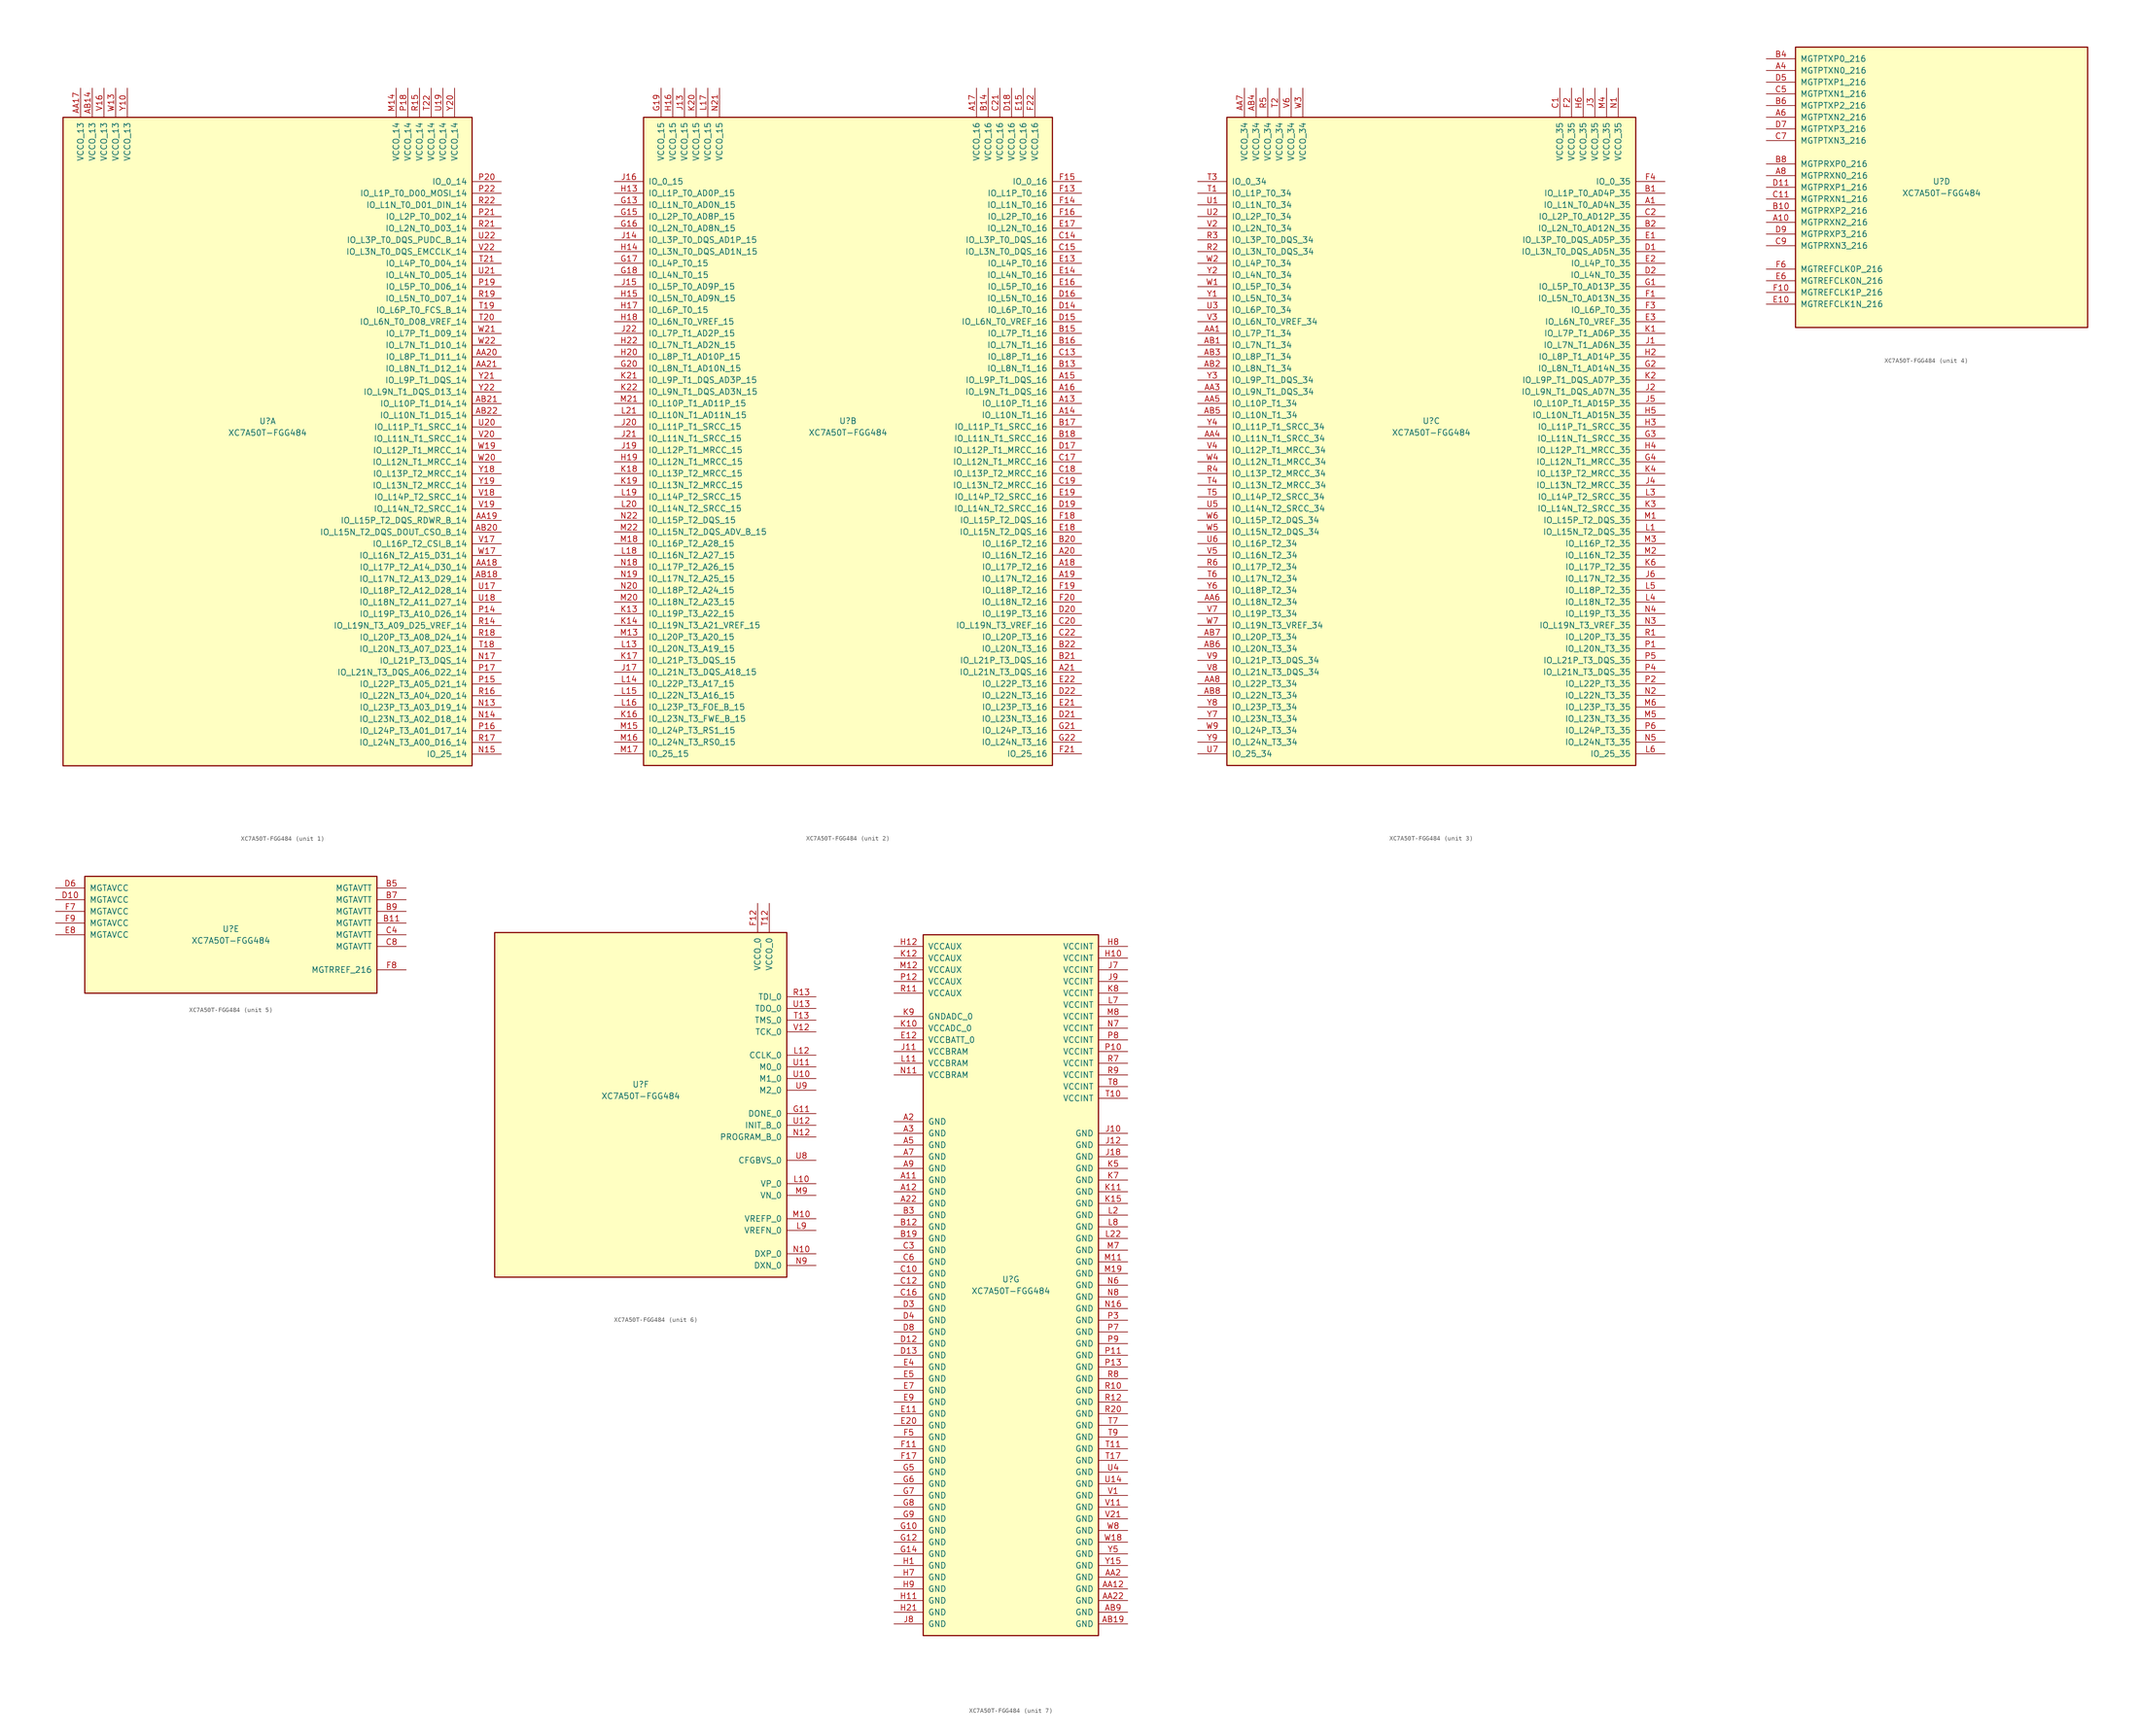
<source format=kicad_sym>
(kicad_symbol_lib
  (version 20231120)
  (generator "kicad_symbol_editor")
  (generator_version "8.0")
  (symbol "XC7A50T-FGG484"
    (pin_names
      (offset 1.016))
    (property "Reference" "U"
      (at 0 1.27 0)
      (effects (font (size 1.27 1.27))))
    (property "Value" "XC7A50T-FGG484"
      (at 0 -1.27 0)
      (effects (font (size 1.27 1.27))))
    (property "Datasheet" ""
      (at 0 0 0)
      (effects (font (size 1.27 1.27))))
    (property "ki_locked" ""
      (at 0 0 0)
      (effects (font (size 1.27 1.27))))
    (symbol "XC7A50T-FGG484_1_1"
      (rectangle (start -44.45 67.31) (end 44.45 -73.66) (stroke (width 0.254) (type solid)) (fill (type background)))
      (pin power_in line (at -40.64 73.66 270) (length 6.35) (name "VCCO_13" (effects (font (size 1.27 1.27)))) (number "AA17" (effects (font (size 1.27 1.27)))))
      (pin bidirectional line (at 50.8 -30.48 180) (length 6.35) (name "IO_L17P_T2_A14_D30_14" (effects (font (size 1.27 1.27)))) (number "AA18" (effects (font (size 1.27 1.27)))))
      (pin bidirectional line (at 50.8 -20.32 180) (length 6.35) (name "IO_L15P_T2_DQS_RDWR_B_14" (effects (font (size 1.27 1.27)))) (number "AA19" (effects (font (size 1.27 1.27)))))
      (pin bidirectional line (at 50.8 15.24 180) (length 6.35) (name "IO_L8P_T1_D11_14" (effects (font (size 1.27 1.27)))) (number "AA20" (effects (font (size 1.27 1.27)))))
      (pin bidirectional line (at 50.8 12.7 180) (length 6.35) (name "IO_L8N_T1_D12_14" (effects (font (size 1.27 1.27)))) (number "AA21" (effects (font (size 1.27 1.27)))))
      (pin power_in line (at -38.1 73.66 270) (length 6.35) (name "VCCO_13" (effects (font (size 1.27 1.27)))) (number "AB14" (effects (font (size 1.27 1.27)))))
      (pin bidirectional line (at 50.8 -33.02 180) (length 6.35) (name "IO_L17N_T2_A13_D29_14" (effects (font (size 1.27 1.27)))) (number "AB18" (effects (font (size 1.27 1.27)))))
      (pin bidirectional line (at 50.8 -22.86 180) (length 6.35) (name "IO_L15N_T2_DQS_DOUT_CSO_B_14" (effects (font (size 1.27 1.27)))) (number "AB20" (effects (font (size 1.27 1.27)))))
      (pin bidirectional line (at 50.8 5.08 180) (length 6.35) (name "IO_L10P_T1_D14_14" (effects (font (size 1.27 1.27)))) (number "AB21" (effects (font (size 1.27 1.27)))))
      (pin bidirectional line (at 50.8 2.54 180) (length 6.35) (name "IO_L10N_T1_D15_14" (effects (font (size 1.27 1.27)))) (number "AB22" (effects (font (size 1.27 1.27)))))
      (pin power_in line (at 27.94 73.66 270) (length 6.35) (name "VCCO_14" (effects (font (size 1.27 1.27)))) (number "M14" (effects (font (size 1.27 1.27)))))
      (pin bidirectional line (at 50.8 -60.96 180) (length 6.35) (name "IO_L23P_T3_A03_D19_14" (effects (font (size 1.27 1.27)))) (number "N13" (effects (font (size 1.27 1.27)))))
      (pin bidirectional line (at 50.8 -63.5 180) (length 6.35) (name "IO_L23N_T3_A02_D18_14" (effects (font (size 1.27 1.27)))) (number "N14" (effects (font (size 1.27 1.27)))))
      (pin bidirectional line (at 50.8 -71.12 180) (length 6.35) (name "IO_25_14" (effects (font (size 1.27 1.27)))) (number "N15" (effects (font (size 1.27 1.27)))))
      (pin bidirectional line (at 50.8 -50.8 180) (length 6.35) (name "IO_L21P_T3_DQS_14" (effects (font (size 1.27 1.27)))) (number "N17" (effects (font (size 1.27 1.27)))))
      (pin bidirectional line (at 50.8 -40.64 180) (length 6.35) (name "IO_L19P_T3_A10_D26_14" (effects (font (size 1.27 1.27)))) (number "P14" (effects (font (size 1.27 1.27)))))
      (pin bidirectional line (at 50.8 -55.88 180) (length 6.35) (name "IO_L22P_T3_A05_D21_14" (effects (font (size 1.27 1.27)))) (number "P15" (effects (font (size 1.27 1.27)))))
      (pin bidirectional line (at 50.8 -66.04 180) (length 6.35) (name "IO_L24P_T3_A01_D17_14" (effects (font (size 1.27 1.27)))) (number "P16" (effects (font (size 1.27 1.27)))))
      (pin bidirectional line (at 50.8 -53.34 180) (length 6.35) (name "IO_L21N_T3_DQS_A06_D22_14" (effects (font (size 1.27 1.27)))) (number "P17" (effects (font (size 1.27 1.27)))))
      (pin power_in line (at 30.48 73.66 270) (length 6.35) (name "VCCO_14" (effects (font (size 1.27 1.27)))) (number "P18" (effects (font (size 1.27 1.27)))))
      (pin bidirectional line (at 50.8 30.48 180) (length 6.35) (name "IO_L5P_T0_D06_14" (effects (font (size 1.27 1.27)))) (number "P19" (effects (font (size 1.27 1.27)))))
      (pin bidirectional line (at 50.8 53.34 180) (length 6.35) (name "IO_0_14" (effects (font (size 1.27 1.27)))) (number "P20" (effects (font (size 1.27 1.27)))))
      (pin bidirectional line (at 50.8 45.72 180) (length 6.35) (name "IO_L2P_T0_D02_14" (effects (font (size 1.27 1.27)))) (number "P21" (effects (font (size 1.27 1.27)))))
      (pin bidirectional line (at 50.8 50.8 180) (length 6.35) (name "IO_L1P_T0_D00_MOSI_14" (effects (font (size 1.27 1.27)))) (number "P22" (effects (font (size 1.27 1.27)))))
      (pin bidirectional line (at 50.8 -43.18 180) (length 6.35) (name "IO_L19N_T3_A09_D25_VREF_14" (effects (font (size 1.27 1.27)))) (number "R14" (effects (font (size 1.27 1.27)))))
      (pin power_in line (at 33.02 73.66 270) (length 6.35) (name "VCCO_14" (effects (font (size 1.27 1.27)))) (number "R15" (effects (font (size 1.27 1.27)))))
      (pin bidirectional line (at 50.8 -58.42 180) (length 6.35) (name "IO_L22N_T3_A04_D20_14" (effects (font (size 1.27 1.27)))) (number "R16" (effects (font (size 1.27 1.27)))))
      (pin bidirectional line (at 50.8 -68.58 180) (length 6.35) (name "IO_L24N_T3_A00_D16_14" (effects (font (size 1.27 1.27)))) (number "R17" (effects (font (size 1.27 1.27)))))
      (pin bidirectional line (at 50.8 -45.72 180) (length 6.35) (name "IO_L20P_T3_A08_D24_14" (effects (font (size 1.27 1.27)))) (number "R18" (effects (font (size 1.27 1.27)))))
      (pin bidirectional line (at 50.8 27.94 180) (length 6.35) (name "IO_L5N_T0_D07_14" (effects (font (size 1.27 1.27)))) (number "R19" (effects (font (size 1.27 1.27)))))
      (pin bidirectional line (at 50.8 43.18 180) (length 6.35) (name "IO_L2N_T0_D03_14" (effects (font (size 1.27 1.27)))) (number "R21" (effects (font (size 1.27 1.27)))))
      (pin bidirectional line (at 50.8 48.26 180) (length 6.35) (name "IO_L1N_T0_D01_DIN_14" (effects (font (size 1.27 1.27)))) (number "R22" (effects (font (size 1.27 1.27)))))
      (pin bidirectional line (at 50.8 -48.26 180) (length 6.35) (name "IO_L20N_T3_A07_D23_14" (effects (font (size 1.27 1.27)))) (number "T18" (effects (font (size 1.27 1.27)))))
      (pin bidirectional line (at 50.8 25.4 180) (length 6.35) (name "IO_L6P_T0_FCS_B_14" (effects (font (size 1.27 1.27)))) (number "T19" (effects (font (size 1.27 1.27)))))
      (pin bidirectional line (at 50.8 22.86 180) (length 6.35) (name "IO_L6N_T0_D08_VREF_14" (effects (font (size 1.27 1.27)))) (number "T20" (effects (font (size 1.27 1.27)))))
      (pin bidirectional line (at 50.8 35.56 180) (length 6.35) (name "IO_L4P_T0_D04_14" (effects (font (size 1.27 1.27)))) (number "T21" (effects (font (size 1.27 1.27)))))
      (pin power_in line (at 35.56 73.66 270) (length 6.35) (name "VCCO_14" (effects (font (size 1.27 1.27)))) (number "T22" (effects (font (size 1.27 1.27)))))
      (pin bidirectional line (at 50.8 -35.56 180) (length 6.35) (name "IO_L18P_T2_A12_D28_14" (effects (font (size 1.27 1.27)))) (number "U17" (effects (font (size 1.27 1.27)))))
      (pin bidirectional line (at 50.8 -38.1 180) (length 6.35) (name "IO_L18N_T2_A11_D27_14" (effects (font (size 1.27 1.27)))) (number "U18" (effects (font (size 1.27 1.27)))))
      (pin power_in line (at 38.1 73.66 270) (length 6.35) (name "VCCO_14" (effects (font (size 1.27 1.27)))) (number "U19" (effects (font (size 1.27 1.27)))))
      (pin bidirectional line (at 50.8 0 180) (length 6.35) (name "IO_L11P_T1_SRCC_14" (effects (font (size 1.27 1.27)))) (number "U20" (effects (font (size 1.27 1.27)))))
      (pin bidirectional line (at 50.8 33.02 180) (length 6.35) (name "IO_L4N_T0_D05_14" (effects (font (size 1.27 1.27)))) (number "U21" (effects (font (size 1.27 1.27)))))
      (pin bidirectional line (at 50.8 40.64 180) (length 6.35) (name "IO_L3P_T0_DQS_PUDC_B_14" (effects (font (size 1.27 1.27)))) (number "U22" (effects (font (size 1.27 1.27)))))
      (pin power_in line (at -35.56 73.66 270) (length 6.35) (name "VCCO_13" (effects (font (size 1.27 1.27)))) (number "V16" (effects (font (size 1.27 1.27)))))
      (pin bidirectional line (at 50.8 -25.4 180) (length 6.35) (name "IO_L16P_T2_CSI_B_14" (effects (font (size 1.27 1.27)))) (number "V17" (effects (font (size 1.27 1.27)))))
      (pin bidirectional line (at 50.8 -15.24 180) (length 6.35) (name "IO_L14P_T2_SRCC_14" (effects (font (size 1.27 1.27)))) (number "V18" (effects (font (size 1.27 1.27)))))
      (pin bidirectional line (at 50.8 -17.78 180) (length 6.35) (name "IO_L14N_T2_SRCC_14" (effects (font (size 1.27 1.27)))) (number "V19" (effects (font (size 1.27 1.27)))))
      (pin bidirectional line (at 50.8 -2.54 180) (length 6.35) (name "IO_L11N_T1_SRCC_14" (effects (font (size 1.27 1.27)))) (number "V20" (effects (font (size 1.27 1.27)))))
      (pin bidirectional line (at 50.8 38.1 180) (length 6.35) (name "IO_L3N_T0_DQS_EMCCLK_14" (effects (font (size 1.27 1.27)))) (number "V22" (effects (font (size 1.27 1.27)))))
      (pin power_in line (at -33.02 73.66 270) (length 6.35) (name "VCCO_13" (effects (font (size 1.27 1.27)))) (number "W13" (effects (font (size 1.27 1.27)))))
      (pin bidirectional line (at 50.8 -27.94 180) (length 6.35) (name "IO_L16N_T2_A15_D31_14" (effects (font (size 1.27 1.27)))) (number "W17" (effects (font (size 1.27 1.27)))))
      (pin bidirectional line (at 50.8 -5.08 180) (length 6.35) (name "IO_L12P_T1_MRCC_14" (effects (font (size 1.27 1.27)))) (number "W19" (effects (font (size 1.27 1.27)))))
      (pin bidirectional line (at 50.8 -7.62 180) (length 6.35) (name "IO_L12N_T1_MRCC_14" (effects (font (size 1.27 1.27)))) (number "W20" (effects (font (size 1.27 1.27)))))
      (pin bidirectional line (at 50.8 20.32 180) (length 6.35) (name "IO_L7P_T1_D09_14" (effects (font (size 1.27 1.27)))) (number "W21" (effects (font (size 1.27 1.27)))))
      (pin bidirectional line (at 50.8 17.78 180) (length 6.35) (name "IO_L7N_T1_D10_14" (effects (font (size 1.27 1.27)))) (number "W22" (effects (font (size 1.27 1.27)))))
      (pin power_in line (at -30.48 73.66 270) (length 6.35) (name "VCCO_13" (effects (font (size 1.27 1.27)))) (number "Y10" (effects (font (size 1.27 1.27)))))
      (pin bidirectional line (at 50.8 -10.16 180) (length 6.35) (name "IO_L13P_T2_MRCC_14" (effects (font (size 1.27 1.27)))) (number "Y18" (effects (font (size 1.27 1.27)))))
      (pin bidirectional line (at 50.8 -12.7 180) (length 6.35) (name "IO_L13N_T2_MRCC_14" (effects (font (size 1.27 1.27)))) (number "Y19" (effects (font (size 1.27 1.27)))))
      (pin power_in line (at 40.64 73.66 270) (length 6.35) (name "VCCO_14" (effects (font (size 1.27 1.27)))) (number "Y20" (effects (font (size 1.27 1.27)))))
      (pin bidirectional line (at 50.8 10.16 180) (length 6.35) (name "IO_L9P_T1_DQS_14" (effects (font (size 1.27 1.27)))) (number "Y21" (effects (font (size 1.27 1.27)))))
      (pin bidirectional line (at 50.8 7.62 180) (length 6.35) (name "IO_L9N_T1_DQS_D13_14" (effects (font (size 1.27 1.27)))) (number "Y22" (effects (font (size 1.27 1.27))))))
    (symbol "XC7A50T-FGG484_2_1"
      (rectangle (start -44.45 67.31) (end 44.45 -73.66) (stroke (width 0.254) (type solid)) (fill (type background)))
      (pin bidirectional line (at 50.8 5.08 180) (length 6.35) (name "IO_L10P_T1_16" (effects (font (size 1.27 1.27)))) (number "A13" (effects (font (size 1.27 1.27)))))
      (pin bidirectional line (at 50.8 2.54 180) (length 6.35) (name "IO_L10N_T1_16" (effects (font (size 1.27 1.27)))) (number "A14" (effects (font (size 1.27 1.27)))))
      (pin bidirectional line (at 50.8 10.16 180) (length 6.35) (name "IO_L9P_T1_DQS_16" (effects (font (size 1.27 1.27)))) (number "A15" (effects (font (size 1.27 1.27)))))
      (pin bidirectional line (at 50.8 7.62 180) (length 6.35) (name "IO_L9N_T1_DQS_16" (effects (font (size 1.27 1.27)))) (number "A16" (effects (font (size 1.27 1.27)))))
      (pin power_in line (at 27.94 73.66 270) (length 6.35) (name "VCCO_16" (effects (font (size 1.27 1.27)))) (number "A17" (effects (font (size 1.27 1.27)))))
      (pin bidirectional line (at 50.8 -30.48 180) (length 6.35) (name "IO_L17P_T2_16" (effects (font (size 1.27 1.27)))) (number "A18" (effects (font (size 1.27 1.27)))))
      (pin bidirectional line (at 50.8 -33.02 180) (length 6.35) (name "IO_L17N_T2_16" (effects (font (size 1.27 1.27)))) (number "A19" (effects (font (size 1.27 1.27)))))
      (pin bidirectional line (at 50.8 -27.94 180) (length 6.35) (name "IO_L16N_T2_16" (effects (font (size 1.27 1.27)))) (number "A20" (effects (font (size 1.27 1.27)))))
      (pin bidirectional line (at 50.8 -53.34 180) (length 6.35) (name "IO_L21N_T3_DQS_16" (effects (font (size 1.27 1.27)))) (number "A21" (effects (font (size 1.27 1.27)))))
      (pin bidirectional line (at 50.8 12.7 180) (length 6.35) (name "IO_L8N_T1_16" (effects (font (size 1.27 1.27)))) (number "B13" (effects (font (size 1.27 1.27)))))
      (pin power_in line (at 30.48 73.66 270) (length 6.35) (name "VCCO_16" (effects (font (size 1.27 1.27)))) (number "B14" (effects (font (size 1.27 1.27)))))
      (pin bidirectional line (at 50.8 20.32 180) (length 6.35) (name "IO_L7P_T1_16" (effects (font (size 1.27 1.27)))) (number "B15" (effects (font (size 1.27 1.27)))))
      (pin bidirectional line (at 50.8 17.78 180) (length 6.35) (name "IO_L7N_T1_16" (effects (font (size 1.27 1.27)))) (number "B16" (effects (font (size 1.27 1.27)))))
      (pin bidirectional line (at 50.8 0 180) (length 6.35) (name "IO_L11P_T1_SRCC_16" (effects (font (size 1.27 1.27)))) (number "B17" (effects (font (size 1.27 1.27)))))
      (pin bidirectional line (at 50.8 -2.54 180) (length 6.35) (name "IO_L11N_T1_SRCC_16" (effects (font (size 1.27 1.27)))) (number "B18" (effects (font (size 1.27 1.27)))))
      (pin bidirectional line (at 50.8 -25.4 180) (length 6.35) (name "IO_L16P_T2_16" (effects (font (size 1.27 1.27)))) (number "B20" (effects (font (size 1.27 1.27)))))
      (pin bidirectional line (at 50.8 -50.8 180) (length 6.35) (name "IO_L21P_T3_DQS_16" (effects (font (size 1.27 1.27)))) (number "B21" (effects (font (size 1.27 1.27)))))
      (pin bidirectional line (at 50.8 -48.26 180) (length 6.35) (name "IO_L20N_T3_16" (effects (font (size 1.27 1.27)))) (number "B22" (effects (font (size 1.27 1.27)))))
      (pin bidirectional line (at 50.8 15.24 180) (length 6.35) (name "IO_L8P_T1_16" (effects (font (size 1.27 1.27)))) (number "C13" (effects (font (size 1.27 1.27)))))
      (pin bidirectional line (at 50.8 40.64 180) (length 6.35) (name "IO_L3P_T0_DQS_16" (effects (font (size 1.27 1.27)))) (number "C14" (effects (font (size 1.27 1.27)))))
      (pin bidirectional line (at 50.8 38.1 180) (length 6.35) (name "IO_L3N_T0_DQS_16" (effects (font (size 1.27 1.27)))) (number "C15" (effects (font (size 1.27 1.27)))))
      (pin bidirectional line (at 50.8 -7.62 180) (length 6.35) (name "IO_L12N_T1_MRCC_16" (effects (font (size 1.27 1.27)))) (number "C17" (effects (font (size 1.27 1.27)))))
      (pin bidirectional line (at 50.8 -10.16 180) (length 6.35) (name "IO_L13P_T2_MRCC_16" (effects (font (size 1.27 1.27)))) (number "C18" (effects (font (size 1.27 1.27)))))
      (pin bidirectional line (at 50.8 -12.7 180) (length 6.35) (name "IO_L13N_T2_MRCC_16" (effects (font (size 1.27 1.27)))) (number "C19" (effects (font (size 1.27 1.27)))))
      (pin bidirectional line (at 50.8 -43.18 180) (length 6.35) (name "IO_L19N_T3_VREF_16" (effects (font (size 1.27 1.27)))) (number "C20" (effects (font (size 1.27 1.27)))))
      (pin power_in line (at 33.02 73.66 270) (length 6.35) (name "VCCO_16" (effects (font (size 1.27 1.27)))) (number "C21" (effects (font (size 1.27 1.27)))))
      (pin bidirectional line (at 50.8 -45.72 180) (length 6.35) (name "IO_L20P_T3_16" (effects (font (size 1.27 1.27)))) (number "C22" (effects (font (size 1.27 1.27)))))
      (pin bidirectional line (at 50.8 25.4 180) (length 6.35) (name "IO_L6P_T0_16" (effects (font (size 1.27 1.27)))) (number "D14" (effects (font (size 1.27 1.27)))))
      (pin bidirectional line (at 50.8 22.86 180) (length 6.35) (name "IO_L6N_T0_VREF_16" (effects (font (size 1.27 1.27)))) (number "D15" (effects (font (size 1.27 1.27)))))
      (pin bidirectional line (at 50.8 27.94 180) (length 6.35) (name "IO_L5N_T0_16" (effects (font (size 1.27 1.27)))) (number "D16" (effects (font (size 1.27 1.27)))))
      (pin bidirectional line (at 50.8 -5.08 180) (length 6.35) (name "IO_L12P_T1_MRCC_16" (effects (font (size 1.27 1.27)))) (number "D17" (effects (font (size 1.27 1.27)))))
      (pin power_in line (at 35.56 73.66 270) (length 6.35) (name "VCCO_16" (effects (font (size 1.27 1.27)))) (number "D18" (effects (font (size 1.27 1.27)))))
      (pin bidirectional line (at 50.8 -17.78 180) (length 6.35) (name "IO_L14N_T2_SRCC_16" (effects (font (size 1.27 1.27)))) (number "D19" (effects (font (size 1.27 1.27)))))
      (pin bidirectional line (at 50.8 -40.64 180) (length 6.35) (name "IO_L19P_T3_16" (effects (font (size 1.27 1.27)))) (number "D20" (effects (font (size 1.27 1.27)))))
      (pin bidirectional line (at 50.8 -63.5 180) (length 6.35) (name "IO_L23N_T3_16" (effects (font (size 1.27 1.27)))) (number "D21" (effects (font (size 1.27 1.27)))))
      (pin bidirectional line (at 50.8 -58.42 180) (length 6.35) (name "IO_L22N_T3_16" (effects (font (size 1.27 1.27)))) (number "D22" (effects (font (size 1.27 1.27)))))
      (pin bidirectional line (at 50.8 35.56 180) (length 6.35) (name "IO_L4P_T0_16" (effects (font (size 1.27 1.27)))) (number "E13" (effects (font (size 1.27 1.27)))))
      (pin bidirectional line (at 50.8 33.02 180) (length 6.35) (name "IO_L4N_T0_16" (effects (font (size 1.27 1.27)))) (number "E14" (effects (font (size 1.27 1.27)))))
      (pin power_in line (at 38.1 73.66 270) (length 6.35) (name "VCCO_16" (effects (font (size 1.27 1.27)))) (number "E15" (effects (font (size 1.27 1.27)))))
      (pin bidirectional line (at 50.8 30.48 180) (length 6.35) (name "IO_L5P_T0_16" (effects (font (size 1.27 1.27)))) (number "E16" (effects (font (size 1.27 1.27)))))
      (pin bidirectional line (at 50.8 43.18 180) (length 6.35) (name "IO_L2N_T0_16" (effects (font (size 1.27 1.27)))) (number "E17" (effects (font (size 1.27 1.27)))))
      (pin bidirectional line (at 50.8 -22.86 180) (length 6.35) (name "IO_L15N_T2_DQS_16" (effects (font (size 1.27 1.27)))) (number "E18" (effects (font (size 1.27 1.27)))))
      (pin bidirectional line (at 50.8 -15.24 180) (length 6.35) (name "IO_L14P_T2_SRCC_16" (effects (font (size 1.27 1.27)))) (number "E19" (effects (font (size 1.27 1.27)))))
      (pin bidirectional line (at 50.8 -60.96 180) (length 6.35) (name "IO_L23P_T3_16" (effects (font (size 1.27 1.27)))) (number "E21" (effects (font (size 1.27 1.27)))))
      (pin bidirectional line (at 50.8 -55.88 180) (length 6.35) (name "IO_L22P_T3_16" (effects (font (size 1.27 1.27)))) (number "E22" (effects (font (size 1.27 1.27)))))
      (pin bidirectional line (at 50.8 50.8 180) (length 6.35) (name "IO_L1P_T0_16" (effects (font (size 1.27 1.27)))) (number "F13" (effects (font (size 1.27 1.27)))))
      (pin bidirectional line (at 50.8 48.26 180) (length 6.35) (name "IO_L1N_T0_16" (effects (font (size 1.27 1.27)))) (number "F14" (effects (font (size 1.27 1.27)))))
      (pin bidirectional line (at 50.8 53.34 180) (length 6.35) (name "IO_0_16" (effects (font (size 1.27 1.27)))) (number "F15" (effects (font (size 1.27 1.27)))))
      (pin bidirectional line (at 50.8 45.72 180) (length 6.35) (name "IO_L2P_T0_16" (effects (font (size 1.27 1.27)))) (number "F16" (effects (font (size 1.27 1.27)))))
      (pin bidirectional line (at 50.8 -20.32 180) (length 6.35) (name "IO_L15P_T2_DQS_16" (effects (font (size 1.27 1.27)))) (number "F18" (effects (font (size 1.27 1.27)))))
      (pin bidirectional line (at 50.8 -35.56 180) (length 6.35) (name "IO_L18P_T2_16" (effects (font (size 1.27 1.27)))) (number "F19" (effects (font (size 1.27 1.27)))))
      (pin bidirectional line (at 50.8 -38.1 180) (length 6.35) (name "IO_L18N_T2_16" (effects (font (size 1.27 1.27)))) (number "F20" (effects (font (size 1.27 1.27)))))
      (pin bidirectional line (at 50.8 -71.12 180) (length 6.35) (name "IO_25_16" (effects (font (size 1.27 1.27)))) (number "F21" (effects (font (size 1.27 1.27)))))
      (pin power_in line (at 40.64 73.66 270) (length 6.35) (name "VCCO_16" (effects (font (size 1.27 1.27)))) (number "F22" (effects (font (size 1.27 1.27)))))
      (pin bidirectional line (at -50.8 48.26 0) (length 6.35) (name "IO_L1N_T0_AD0N_15" (effects (font (size 1.27 1.27)))) (number "G13" (effects (font (size 1.27 1.27)))))
      (pin bidirectional line (at -50.8 45.72 0) (length 6.35) (name "IO_L2P_T0_AD8P_15" (effects (font (size 1.27 1.27)))) (number "G15" (effects (font (size 1.27 1.27)))))
      (pin bidirectional line (at -50.8 43.18 0) (length 6.35) (name "IO_L2N_T0_AD8N_15" (effects (font (size 1.27 1.27)))) (number "G16" (effects (font (size 1.27 1.27)))))
      (pin bidirectional line (at -50.8 35.56 0) (length 6.35) (name "IO_L4P_T0_15" (effects (font (size 1.27 1.27)))) (number "G17" (effects (font (size 1.27 1.27)))))
      (pin bidirectional line (at -50.8 33.02 0) (length 6.35) (name "IO_L4N_T0_15" (effects (font (size 1.27 1.27)))) (number "G18" (effects (font (size 1.27 1.27)))))
      (pin power_in line (at -40.64 73.66 270) (length 6.35) (name "VCCO_15" (effects (font (size 1.27 1.27)))) (number "G19" (effects (font (size 1.27 1.27)))))
      (pin bidirectional line (at -50.8 12.7 0) (length 6.35) (name "IO_L8N_T1_AD10N_15" (effects (font (size 1.27 1.27)))) (number "G20" (effects (font (size 1.27 1.27)))))
      (pin bidirectional line (at 50.8 -66.04 180) (length 6.35) (name "IO_L24P_T3_16" (effects (font (size 1.27 1.27)))) (number "G21" (effects (font (size 1.27 1.27)))))
      (pin bidirectional line (at 50.8 -68.58 180) (length 6.35) (name "IO_L24N_T3_16" (effects (font (size 1.27 1.27)))) (number "G22" (effects (font (size 1.27 1.27)))))
      (pin bidirectional line (at -50.8 50.8 0) (length 6.35) (name "IO_L1P_T0_AD0P_15" (effects (font (size 1.27 1.27)))) (number "H13" (effects (font (size 1.27 1.27)))))
      (pin bidirectional line (at -50.8 38.1 0) (length 6.35) (name "IO_L3N_T0_DQS_AD1N_15" (effects (font (size 1.27 1.27)))) (number "H14" (effects (font (size 1.27 1.27)))))
      (pin bidirectional line (at -50.8 27.94 0) (length 6.35) (name "IO_L5N_T0_AD9N_15" (effects (font (size 1.27 1.27)))) (number "H15" (effects (font (size 1.27 1.27)))))
      (pin power_in line (at -38.1 73.66 270) (length 6.35) (name "VCCO_15" (effects (font (size 1.27 1.27)))) (number "H16" (effects (font (size 1.27 1.27)))))
      (pin bidirectional line (at -50.8 25.4 0) (length 6.35) (name "IO_L6P_T0_15" (effects (font (size 1.27 1.27)))) (number "H17" (effects (font (size 1.27 1.27)))))
      (pin bidirectional line (at -50.8 22.86 0) (length 6.35) (name "IO_L6N_T0_VREF_15" (effects (font (size 1.27 1.27)))) (number "H18" (effects (font (size 1.27 1.27)))))
      (pin bidirectional line (at -50.8 -7.62 0) (length 6.35) (name "IO_L12N_T1_MRCC_15" (effects (font (size 1.27 1.27)))) (number "H19" (effects (font (size 1.27 1.27)))))
      (pin bidirectional line (at -50.8 15.24 0) (length 6.35) (name "IO_L8P_T1_AD10P_15" (effects (font (size 1.27 1.27)))) (number "H20" (effects (font (size 1.27 1.27)))))
      (pin bidirectional line (at -50.8 17.78 0) (length 6.35) (name "IO_L7N_T1_AD2N_15" (effects (font (size 1.27 1.27)))) (number "H22" (effects (font (size 1.27 1.27)))))
      (pin power_in line (at -35.56 73.66 270) (length 6.35) (name "VCCO_15" (effects (font (size 1.27 1.27)))) (number "J13" (effects (font (size 1.27 1.27)))))
      (pin bidirectional line (at -50.8 40.64 0) (length 6.35) (name "IO_L3P_T0_DQS_AD1P_15" (effects (font (size 1.27 1.27)))) (number "J14" (effects (font (size 1.27 1.27)))))
      (pin bidirectional line (at -50.8 30.48 0) (length 6.35) (name "IO_L5P_T0_AD9P_15" (effects (font (size 1.27 1.27)))) (number "J15" (effects (font (size 1.27 1.27)))))
      (pin bidirectional line (at -50.8 53.34 0) (length 6.35) (name "IO_0_15" (effects (font (size 1.27 1.27)))) (number "J16" (effects (font (size 1.27 1.27)))))
      (pin bidirectional line (at -50.8 -53.34 0) (length 6.35) (name "IO_L21N_T3_DQS_A18_15" (effects (font (size 1.27 1.27)))) (number "J17" (effects (font (size 1.27 1.27)))))
      (pin bidirectional line (at -50.8 -5.08 0) (length 6.35) (name "IO_L12P_T1_MRCC_15" (effects (font (size 1.27 1.27)))) (number "J19" (effects (font (size 1.27 1.27)))))
      (pin bidirectional line (at -50.8 0 0) (length 6.35) (name "IO_L11P_T1_SRCC_15" (effects (font (size 1.27 1.27)))) (number "J20" (effects (font (size 1.27 1.27)))))
      (pin bidirectional line (at -50.8 -2.54 0) (length 6.35) (name "IO_L11N_T1_SRCC_15" (effects (font (size 1.27 1.27)))) (number "J21" (effects (font (size 1.27 1.27)))))
      (pin bidirectional line (at -50.8 20.32 0) (length 6.35) (name "IO_L7P_T1_AD2P_15" (effects (font (size 1.27 1.27)))) (number "J22" (effects (font (size 1.27 1.27)))))
      (pin bidirectional line (at -50.8 -40.64 0) (length 6.35) (name "IO_L19P_T3_A22_15" (effects (font (size 1.27 1.27)))) (number "K13" (effects (font (size 1.27 1.27)))))
      (pin bidirectional line (at -50.8 -43.18 0) (length 6.35) (name "IO_L19N_T3_A21_VREF_15" (effects (font (size 1.27 1.27)))) (number "K14" (effects (font (size 1.27 1.27)))))
      (pin bidirectional line (at -50.8 -63.5 0) (length 6.35) (name "IO_L23N_T3_FWE_B_15" (effects (font (size 1.27 1.27)))) (number "K16" (effects (font (size 1.27 1.27)))))
      (pin bidirectional line (at -50.8 -50.8 0) (length 6.35) (name "IO_L21P_T3_DQS_15" (effects (font (size 1.27 1.27)))) (number "K17" (effects (font (size 1.27 1.27)))))
      (pin bidirectional line (at -50.8 -10.16 0) (length 6.35) (name "IO_L13P_T2_MRCC_15" (effects (font (size 1.27 1.27)))) (number "K18" (effects (font (size 1.27 1.27)))))
      (pin bidirectional line (at -50.8 -12.7 0) (length 6.35) (name "IO_L13N_T2_MRCC_15" (effects (font (size 1.27 1.27)))) (number "K19" (effects (font (size 1.27 1.27)))))
      (pin power_in line (at -33.02 73.66 270) (length 6.35) (name "VCCO_15" (effects (font (size 1.27 1.27)))) (number "K20" (effects (font (size 1.27 1.27)))))
      (pin bidirectional line (at -50.8 10.16 0) (length 6.35) (name "IO_L9P_T1_DQS_AD3P_15" (effects (font (size 1.27 1.27)))) (number "K21" (effects (font (size 1.27 1.27)))))
      (pin bidirectional line (at -50.8 7.62 0) (length 6.35) (name "IO_L9N_T1_DQS_AD3N_15" (effects (font (size 1.27 1.27)))) (number "K22" (effects (font (size 1.27 1.27)))))
      (pin bidirectional line (at -50.8 -48.26 0) (length 6.35) (name "IO_L20N_T3_A19_15" (effects (font (size 1.27 1.27)))) (number "L13" (effects (font (size 1.27 1.27)))))
      (pin bidirectional line (at -50.8 -55.88 0) (length 6.35) (name "IO_L22P_T3_A17_15" (effects (font (size 1.27 1.27)))) (number "L14" (effects (font (size 1.27 1.27)))))
      (pin bidirectional line (at -50.8 -58.42 0) (length 6.35) (name "IO_L22N_T3_A16_15" (effects (font (size 1.27 1.27)))) (number "L15" (effects (font (size 1.27 1.27)))))
      (pin bidirectional line (at -50.8 -60.96 0) (length 6.35) (name "IO_L23P_T3_FOE_B_15" (effects (font (size 1.27 1.27)))) (number "L16" (effects (font (size 1.27 1.27)))))
      (pin power_in line (at -30.48 73.66 270) (length 6.35) (name "VCCO_15" (effects (font (size 1.27 1.27)))) (number "L17" (effects (font (size 1.27 1.27)))))
      (pin bidirectional line (at -50.8 -27.94 0) (length 6.35) (name "IO_L16N_T2_A27_15" (effects (font (size 1.27 1.27)))) (number "L18" (effects (font (size 1.27 1.27)))))
      (pin bidirectional line (at -50.8 -15.24 0) (length 6.35) (name "IO_L14P_T2_SRCC_15" (effects (font (size 1.27 1.27)))) (number "L19" (effects (font (size 1.27 1.27)))))
      (pin bidirectional line (at -50.8 -17.78 0) (length 6.35) (name "IO_L14N_T2_SRCC_15" (effects (font (size 1.27 1.27)))) (number "L20" (effects (font (size 1.27 1.27)))))
      (pin bidirectional line (at -50.8 2.54 0) (length 6.35) (name "IO_L10N_T1_AD11N_15" (effects (font (size 1.27 1.27)))) (number "L21" (effects (font (size 1.27 1.27)))))
      (pin bidirectional line (at -50.8 -45.72 0) (length 6.35) (name "IO_L20P_T3_A20_15" (effects (font (size 1.27 1.27)))) (number "M13" (effects (font (size 1.27 1.27)))))
      (pin bidirectional line (at -50.8 -66.04 0) (length 6.35) (name "IO_L24P_T3_RS1_15" (effects (font (size 1.27 1.27)))) (number "M15" (effects (font (size 1.27 1.27)))))
      (pin bidirectional line (at -50.8 -68.58 0) (length 6.35) (name "IO_L24N_T3_RS0_15" (effects (font (size 1.27 1.27)))) (number "M16" (effects (font (size 1.27 1.27)))))
      (pin bidirectional line (at -50.8 -71.12 0) (length 6.35) (name "IO_25_15" (effects (font (size 1.27 1.27)))) (number "M17" (effects (font (size 1.27 1.27)))))
      (pin bidirectional line (at -50.8 -25.4 0) (length 6.35) (name "IO_L16P_T2_A28_15" (effects (font (size 1.27 1.27)))) (number "M18" (effects (font (size 1.27 1.27)))))
      (pin bidirectional line (at -50.8 -38.1 0) (length 6.35) (name "IO_L18N_T2_A23_15" (effects (font (size 1.27 1.27)))) (number "M20" (effects (font (size 1.27 1.27)))))
      (pin bidirectional line (at -50.8 5.08 0) (length 6.35) (name "IO_L10P_T1_AD11P_15" (effects (font (size 1.27 1.27)))) (number "M21" (effects (font (size 1.27 1.27)))))
      (pin bidirectional line (at -50.8 -22.86 0) (length 6.35) (name "IO_L15N_T2_DQS_ADV_B_15" (effects (font (size 1.27 1.27)))) (number "M22" (effects (font (size 1.27 1.27)))))
      (pin bidirectional line (at -50.8 -30.48 0) (length 6.35) (name "IO_L17P_T2_A26_15" (effects (font (size 1.27 1.27)))) (number "N18" (effects (font (size 1.27 1.27)))))
      (pin bidirectional line (at -50.8 -33.02 0) (length 6.35) (name "IO_L17N_T2_A25_15" (effects (font (size 1.27 1.27)))) (number "N19" (effects (font (size 1.27 1.27)))))
      (pin bidirectional line (at -50.8 -35.56 0) (length 6.35) (name "IO_L18P_T2_A24_15" (effects (font (size 1.27 1.27)))) (number "N20" (effects (font (size 1.27 1.27)))))
      (pin power_in line (at -27.94 73.66 270) (length 6.35) (name "VCCO_15" (effects (font (size 1.27 1.27)))) (number "N21" (effects (font (size 1.27 1.27)))))
      (pin bidirectional line (at -50.8 -20.32 0) (length 6.35) (name "IO_L15P_T2_DQS_15" (effects (font (size 1.27 1.27)))) (number "N22" (effects (font (size 1.27 1.27))))))
    (symbol "XC7A50T-FGG484_3_1"
      (rectangle (start -44.45 67.31) (end 44.45 -73.66) (stroke (width 0.254) (type solid)) (fill (type background)))
      (pin bidirectional line (at 50.8 48.26 180) (length 6.35) (name "IO_L1N_T0_AD4N_35" (effects (font (size 1.27 1.27)))) (number "A1" (effects (font (size 1.27 1.27)))))
      (pin bidirectional line (at -50.8 20.32 0) (length 6.35) (name "IO_L7P_T1_34" (effects (font (size 1.27 1.27)))) (number "AA1" (effects (font (size 1.27 1.27)))))
      (pin bidirectional line (at -50.8 7.62 0) (length 6.35) (name "IO_L9N_T1_DQS_34" (effects (font (size 1.27 1.27)))) (number "AA3" (effects (font (size 1.27 1.27)))))
      (pin bidirectional line (at -50.8 -2.54 0) (length 6.35) (name "IO_L11N_T1_SRCC_34" (effects (font (size 1.27 1.27)))) (number "AA4" (effects (font (size 1.27 1.27)))))
      (pin bidirectional line (at -50.8 5.08 0) (length 6.35) (name "IO_L10P_T1_34" (effects (font (size 1.27 1.27)))) (number "AA5" (effects (font (size 1.27 1.27)))))
      (pin bidirectional line (at -50.8 -38.1 0) (length 6.35) (name "IO_L18N_T2_34" (effects (font (size 1.27 1.27)))) (number "AA6" (effects (font (size 1.27 1.27)))))
      (pin power_in line (at -40.64 73.66 270) (length 6.35) (name "VCCO_34" (effects (font (size 1.27 1.27)))) (number "AA7" (effects (font (size 1.27 1.27)))))
      (pin bidirectional line (at -50.8 -55.88 0) (length 6.35) (name "IO_L22P_T3_34" (effects (font (size 1.27 1.27)))) (number "AA8" (effects (font (size 1.27 1.27)))))
      (pin bidirectional line (at -50.8 17.78 0) (length 6.35) (name "IO_L7N_T1_34" (effects (font (size 1.27 1.27)))) (number "AB1" (effects (font (size 1.27 1.27)))))
      (pin bidirectional line (at -50.8 12.7 0) (length 6.35) (name "IO_L8N_T1_34" (effects (font (size 1.27 1.27)))) (number "AB2" (effects (font (size 1.27 1.27)))))
      (pin bidirectional line (at -50.8 15.24 0) (length 6.35) (name "IO_L8P_T1_34" (effects (font (size 1.27 1.27)))) (number "AB3" (effects (font (size 1.27 1.27)))))
      (pin power_in line (at -38.1 73.66 270) (length 6.35) (name "VCCO_34" (effects (font (size 1.27 1.27)))) (number "AB4" (effects (font (size 1.27 1.27)))))
      (pin bidirectional line (at -50.8 2.54 0) (length 6.35) (name "IO_L10N_T1_34" (effects (font (size 1.27 1.27)))) (number "AB5" (effects (font (size 1.27 1.27)))))
      (pin bidirectional line (at -50.8 -48.26 0) (length 6.35) (name "IO_L20N_T3_34" (effects (font (size 1.27 1.27)))) (number "AB6" (effects (font (size 1.27 1.27)))))
      (pin bidirectional line (at -50.8 -45.72 0) (length 6.35) (name "IO_L20P_T3_34" (effects (font (size 1.27 1.27)))) (number "AB7" (effects (font (size 1.27 1.27)))))
      (pin bidirectional line (at -50.8 -58.42 0) (length 6.35) (name "IO_L22N_T3_34" (effects (font (size 1.27 1.27)))) (number "AB8" (effects (font (size 1.27 1.27)))))
      (pin bidirectional line (at 50.8 50.8 180) (length 6.35) (name "IO_L1P_T0_AD4P_35" (effects (font (size 1.27 1.27)))) (number "B1" (effects (font (size 1.27 1.27)))))
      (pin bidirectional line (at 50.8 43.18 180) (length 6.35) (name "IO_L2N_T0_AD12N_35" (effects (font (size 1.27 1.27)))) (number "B2" (effects (font (size 1.27 1.27)))))
      (pin power_in line (at 27.94 73.66 270) (length 6.35) (name "VCCO_35" (effects (font (size 1.27 1.27)))) (number "C1" (effects (font (size 1.27 1.27)))))
      (pin bidirectional line (at 50.8 45.72 180) (length 6.35) (name "IO_L2P_T0_AD12P_35" (effects (font (size 1.27 1.27)))) (number "C2" (effects (font (size 1.27 1.27)))))
      (pin bidirectional line (at 50.8 38.1 180) (length 6.35) (name "IO_L3N_T0_DQS_AD5N_35" (effects (font (size 1.27 1.27)))) (number "D1" (effects (font (size 1.27 1.27)))))
      (pin bidirectional line (at 50.8 33.02 180) (length 6.35) (name "IO_L4N_T0_35" (effects (font (size 1.27 1.27)))) (number "D2" (effects (font (size 1.27 1.27)))))
      (pin bidirectional line (at 50.8 40.64 180) (length 6.35) (name "IO_L3P_T0_DQS_AD5P_35" (effects (font (size 1.27 1.27)))) (number "E1" (effects (font (size 1.27 1.27)))))
      (pin bidirectional line (at 50.8 35.56 180) (length 6.35) (name "IO_L4P_T0_35" (effects (font (size 1.27 1.27)))) (number "E2" (effects (font (size 1.27 1.27)))))
      (pin bidirectional line (at 50.8 22.86 180) (length 6.35) (name "IO_L6N_T0_VREF_35" (effects (font (size 1.27 1.27)))) (number "E3" (effects (font (size 1.27 1.27)))))
      (pin bidirectional line (at 50.8 27.94 180) (length 6.35) (name "IO_L5N_T0_AD13N_35" (effects (font (size 1.27 1.27)))) (number "F1" (effects (font (size 1.27 1.27)))))
      (pin power_in line (at 30.48 73.66 270) (length 6.35) (name "VCCO_35" (effects (font (size 1.27 1.27)))) (number "F2" (effects (font (size 1.27 1.27)))))
      (pin bidirectional line (at 50.8 25.4 180) (length 6.35) (name "IO_L6P_T0_35" (effects (font (size 1.27 1.27)))) (number "F3" (effects (font (size 1.27 1.27)))))
      (pin bidirectional line (at 50.8 53.34 180) (length 6.35) (name "IO_0_35" (effects (font (size 1.27 1.27)))) (number "F4" (effects (font (size 1.27 1.27)))))
      (pin bidirectional line (at 50.8 30.48 180) (length 6.35) (name "IO_L5P_T0_AD13P_35" (effects (font (size 1.27 1.27)))) (number "G1" (effects (font (size 1.27 1.27)))))
      (pin bidirectional line (at 50.8 12.7 180) (length 6.35) (name "IO_L8N_T1_AD14N_35" (effects (font (size 1.27 1.27)))) (number "G2" (effects (font (size 1.27 1.27)))))
      (pin bidirectional line (at 50.8 -2.54 180) (length 6.35) (name "IO_L11N_T1_SRCC_35" (effects (font (size 1.27 1.27)))) (number "G3" (effects (font (size 1.27 1.27)))))
      (pin bidirectional line (at 50.8 -7.62 180) (length 6.35) (name "IO_L12N_T1_MRCC_35" (effects (font (size 1.27 1.27)))) (number "G4" (effects (font (size 1.27 1.27)))))
      (pin bidirectional line (at 50.8 15.24 180) (length 6.35) (name "IO_L8P_T1_AD14P_35" (effects (font (size 1.27 1.27)))) (number "H2" (effects (font (size 1.27 1.27)))))
      (pin bidirectional line (at 50.8 0 180) (length 6.35) (name "IO_L11P_T1_SRCC_35" (effects (font (size 1.27 1.27)))) (number "H3" (effects (font (size 1.27 1.27)))))
      (pin bidirectional line (at 50.8 -5.08 180) (length 6.35) (name "IO_L12P_T1_MRCC_35" (effects (font (size 1.27 1.27)))) (number "H4" (effects (font (size 1.27 1.27)))))
      (pin bidirectional line (at 50.8 2.54 180) (length 6.35) (name "IO_L10N_T1_AD15N_35" (effects (font (size 1.27 1.27)))) (number "H5" (effects (font (size 1.27 1.27)))))
      (pin power_in line (at 33.02 73.66 270) (length 6.35) (name "VCCO_35" (effects (font (size 1.27 1.27)))) (number "H6" (effects (font (size 1.27 1.27)))))
      (pin bidirectional line (at 50.8 17.78 180) (length 6.35) (name "IO_L7N_T1_AD6N_35" (effects (font (size 1.27 1.27)))) (number "J1" (effects (font (size 1.27 1.27)))))
      (pin bidirectional line (at 50.8 7.62 180) (length 6.35) (name "IO_L9N_T1_DQS_AD7N_35" (effects (font (size 1.27 1.27)))) (number "J2" (effects (font (size 1.27 1.27)))))
      (pin power_in line (at 35.56 73.66 270) (length 6.35) (name "VCCO_35" (effects (font (size 1.27 1.27)))) (number "J3" (effects (font (size 1.27 1.27)))))
      (pin bidirectional line (at 50.8 -12.7 180) (length 6.35) (name "IO_L13N_T2_MRCC_35" (effects (font (size 1.27 1.27)))) (number "J4" (effects (font (size 1.27 1.27)))))
      (pin bidirectional line (at 50.8 5.08 180) (length 6.35) (name "IO_L10P_T1_AD15P_35" (effects (font (size 1.27 1.27)))) (number "J5" (effects (font (size 1.27 1.27)))))
      (pin bidirectional line (at 50.8 -33.02 180) (length 6.35) (name "IO_L17N_T2_35" (effects (font (size 1.27 1.27)))) (number "J6" (effects (font (size 1.27 1.27)))))
      (pin bidirectional line (at 50.8 20.32 180) (length 6.35) (name "IO_L7P_T1_AD6P_35" (effects (font (size 1.27 1.27)))) (number "K1" (effects (font (size 1.27 1.27)))))
      (pin bidirectional line (at 50.8 10.16 180) (length 6.35) (name "IO_L9P_T1_DQS_AD7P_35" (effects (font (size 1.27 1.27)))) (number "K2" (effects (font (size 1.27 1.27)))))
      (pin bidirectional line (at 50.8 -17.78 180) (length 6.35) (name "IO_L14N_T2_SRCC_35" (effects (font (size 1.27 1.27)))) (number "K3" (effects (font (size 1.27 1.27)))))
      (pin bidirectional line (at 50.8 -10.16 180) (length 6.35) (name "IO_L13P_T2_MRCC_35" (effects (font (size 1.27 1.27)))) (number "K4" (effects (font (size 1.27 1.27)))))
      (pin bidirectional line (at 50.8 -30.48 180) (length 6.35) (name "IO_L17P_T2_35" (effects (font (size 1.27 1.27)))) (number "K6" (effects (font (size 1.27 1.27)))))
      (pin bidirectional line (at 50.8 -22.86 180) (length 6.35) (name "IO_L15N_T2_DQS_35" (effects (font (size 1.27 1.27)))) (number "L1" (effects (font (size 1.27 1.27)))))
      (pin bidirectional line (at 50.8 -15.24 180) (length 6.35) (name "IO_L14P_T2_SRCC_35" (effects (font (size 1.27 1.27)))) (number "L3" (effects (font (size 1.27 1.27)))))
      (pin bidirectional line (at 50.8 -38.1 180) (length 6.35) (name "IO_L18N_T2_35" (effects (font (size 1.27 1.27)))) (number "L4" (effects (font (size 1.27 1.27)))))
      (pin bidirectional line (at 50.8 -35.56 180) (length 6.35) (name "IO_L18P_T2_35" (effects (font (size 1.27 1.27)))) (number "L5" (effects (font (size 1.27 1.27)))))
      (pin bidirectional line (at 50.8 -71.12 180) (length 6.35) (name "IO_25_35" (effects (font (size 1.27 1.27)))) (number "L6" (effects (font (size 1.27 1.27)))))
      (pin bidirectional line (at 50.8 -20.32 180) (length 6.35) (name "IO_L15P_T2_DQS_35" (effects (font (size 1.27 1.27)))) (number "M1" (effects (font (size 1.27 1.27)))))
      (pin bidirectional line (at 50.8 -27.94 180) (length 6.35) (name "IO_L16N_T2_35" (effects (font (size 1.27 1.27)))) (number "M2" (effects (font (size 1.27 1.27)))))
      (pin bidirectional line (at 50.8 -25.4 180) (length 6.35) (name "IO_L16P_T2_35" (effects (font (size 1.27 1.27)))) (number "M3" (effects (font (size 1.27 1.27)))))
      (pin power_in line (at 38.1 73.66 270) (length 6.35) (name "VCCO_35" (effects (font (size 1.27 1.27)))) (number "M4" (effects (font (size 1.27 1.27)))))
      (pin bidirectional line (at 50.8 -63.5 180) (length 6.35) (name "IO_L23N_T3_35" (effects (font (size 1.27 1.27)))) (number "M5" (effects (font (size 1.27 1.27)))))
      (pin bidirectional line (at 50.8 -60.96 180) (length 6.35) (name "IO_L23P_T3_35" (effects (font (size 1.27 1.27)))) (number "M6" (effects (font (size 1.27 1.27)))))
      (pin power_in line (at 40.64 73.66 270) (length 6.35) (name "VCCO_35" (effects (font (size 1.27 1.27)))) (number "N1" (effects (font (size 1.27 1.27)))))
      (pin bidirectional line (at 50.8 -58.42 180) (length 6.35) (name "IO_L22N_T3_35" (effects (font (size 1.27 1.27)))) (number "N2" (effects (font (size 1.27 1.27)))))
      (pin bidirectional line (at 50.8 -43.18 180) (length 6.35) (name "IO_L19N_T3_VREF_35" (effects (font (size 1.27 1.27)))) (number "N3" (effects (font (size 1.27 1.27)))))
      (pin bidirectional line (at 50.8 -40.64 180) (length 6.35) (name "IO_L19P_T3_35" (effects (font (size 1.27 1.27)))) (number "N4" (effects (font (size 1.27 1.27)))))
      (pin bidirectional line (at 50.8 -68.58 180) (length 6.35) (name "IO_L24N_T3_35" (effects (font (size 1.27 1.27)))) (number "N5" (effects (font (size 1.27 1.27)))))
      (pin bidirectional line (at 50.8 -48.26 180) (length 6.35) (name "IO_L20N_T3_35" (effects (font (size 1.27 1.27)))) (number "P1" (effects (font (size 1.27 1.27)))))
      (pin bidirectional line (at 50.8 -55.88 180) (length 6.35) (name "IO_L22P_T3_35" (effects (font (size 1.27 1.27)))) (number "P2" (effects (font (size 1.27 1.27)))))
      (pin bidirectional line (at 50.8 -53.34 180) (length 6.35) (name "IO_L21N_T3_DQS_35" (effects (font (size 1.27 1.27)))) (number "P4" (effects (font (size 1.27 1.27)))))
      (pin bidirectional line (at 50.8 -50.8 180) (length 6.35) (name "IO_L21P_T3_DQS_35" (effects (font (size 1.27 1.27)))) (number "P5" (effects (font (size 1.27 1.27)))))
      (pin bidirectional line (at 50.8 -66.04 180) (length 6.35) (name "IO_L24P_T3_35" (effects (font (size 1.27 1.27)))) (number "P6" (effects (font (size 1.27 1.27)))))
      (pin bidirectional line (at 50.8 -45.72 180) (length 6.35) (name "IO_L20P_T3_35" (effects (font (size 1.27 1.27)))) (number "R1" (effects (font (size 1.27 1.27)))))
      (pin bidirectional line (at -50.8 38.1 0) (length 6.35) (name "IO_L3N_T0_DQS_34" (effects (font (size 1.27 1.27)))) (number "R2" (effects (font (size 1.27 1.27)))))
      (pin bidirectional line (at -50.8 40.64 0) (length 6.35) (name "IO_L3P_T0_DQS_34" (effects (font (size 1.27 1.27)))) (number "R3" (effects (font (size 1.27 1.27)))))
      (pin bidirectional line (at -50.8 -10.16 0) (length 6.35) (name "IO_L13P_T2_MRCC_34" (effects (font (size 1.27 1.27)))) (number "R4" (effects (font (size 1.27 1.27)))))
      (pin power_in line (at -35.56 73.66 270) (length 6.35) (name "VCCO_34" (effects (font (size 1.27 1.27)))) (number "R5" (effects (font (size 1.27 1.27)))))
      (pin bidirectional line (at -50.8 -30.48 0) (length 6.35) (name "IO_L17P_T2_34" (effects (font (size 1.27 1.27)))) (number "R6" (effects (font (size 1.27 1.27)))))
      (pin bidirectional line (at -50.8 50.8 0) (length 6.35) (name "IO_L1P_T0_34" (effects (font (size 1.27 1.27)))) (number "T1" (effects (font (size 1.27 1.27)))))
      (pin power_in line (at -33.02 73.66 270) (length 6.35) (name "VCCO_34" (effects (font (size 1.27 1.27)))) (number "T2" (effects (font (size 1.27 1.27)))))
      (pin bidirectional line (at -50.8 53.34 0) (length 6.35) (name "IO_0_34" (effects (font (size 1.27 1.27)))) (number "T3" (effects (font (size 1.27 1.27)))))
      (pin bidirectional line (at -50.8 -12.7 0) (length 6.35) (name "IO_L13N_T2_MRCC_34" (effects (font (size 1.27 1.27)))) (number "T4" (effects (font (size 1.27 1.27)))))
      (pin bidirectional line (at -50.8 -15.24 0) (length 6.35) (name "IO_L14P_T2_SRCC_34" (effects (font (size 1.27 1.27)))) (number "T5" (effects (font (size 1.27 1.27)))))
      (pin bidirectional line (at -50.8 -33.02 0) (length 6.35) (name "IO_L17N_T2_34" (effects (font (size 1.27 1.27)))) (number "T6" (effects (font (size 1.27 1.27)))))
      (pin bidirectional line (at -50.8 48.26 0) (length 6.35) (name "IO_L1N_T0_34" (effects (font (size 1.27 1.27)))) (number "U1" (effects (font (size 1.27 1.27)))))
      (pin bidirectional line (at -50.8 45.72 0) (length 6.35) (name "IO_L2P_T0_34" (effects (font (size 1.27 1.27)))) (number "U2" (effects (font (size 1.27 1.27)))))
      (pin bidirectional line (at -50.8 25.4 0) (length 6.35) (name "IO_L6P_T0_34" (effects (font (size 1.27 1.27)))) (number "U3" (effects (font (size 1.27 1.27)))))
      (pin bidirectional line (at -50.8 -17.78 0) (length 6.35) (name "IO_L14N_T2_SRCC_34" (effects (font (size 1.27 1.27)))) (number "U5" (effects (font (size 1.27 1.27)))))
      (pin bidirectional line (at -50.8 -25.4 0) (length 6.35) (name "IO_L16P_T2_34" (effects (font (size 1.27 1.27)))) (number "U6" (effects (font (size 1.27 1.27)))))
      (pin bidirectional line (at -50.8 -71.12 0) (length 6.35) (name "IO_25_34" (effects (font (size 1.27 1.27)))) (number "U7" (effects (font (size 1.27 1.27)))))
      (pin bidirectional line (at -50.8 43.18 0) (length 6.35) (name "IO_L2N_T0_34" (effects (font (size 1.27 1.27)))) (number "V2" (effects (font (size 1.27 1.27)))))
      (pin bidirectional line (at -50.8 22.86 0) (length 6.35) (name "IO_L6N_T0_VREF_34" (effects (font (size 1.27 1.27)))) (number "V3" (effects (font (size 1.27 1.27)))))
      (pin bidirectional line (at -50.8 -5.08 0) (length 6.35) (name "IO_L12P_T1_MRCC_34" (effects (font (size 1.27 1.27)))) (number "V4" (effects (font (size 1.27 1.27)))))
      (pin bidirectional line (at -50.8 -27.94 0) (length 6.35) (name "IO_L16N_T2_34" (effects (font (size 1.27 1.27)))) (number "V5" (effects (font (size 1.27 1.27)))))
      (pin power_in line (at -30.48 73.66 270) (length 6.35) (name "VCCO_34" (effects (font (size 1.27 1.27)))) (number "V6" (effects (font (size 1.27 1.27)))))
      (pin bidirectional line (at -50.8 -40.64 0) (length 6.35) (name "IO_L19P_T3_34" (effects (font (size 1.27 1.27)))) (number "V7" (effects (font (size 1.27 1.27)))))
      (pin bidirectional line (at -50.8 -53.34 0) (length 6.35) (name "IO_L21N_T3_DQS_34" (effects (font (size 1.27 1.27)))) (number "V8" (effects (font (size 1.27 1.27)))))
      (pin bidirectional line (at -50.8 -50.8 0) (length 6.35) (name "IO_L21P_T3_DQS_34" (effects (font (size 1.27 1.27)))) (number "V9" (effects (font (size 1.27 1.27)))))
      (pin bidirectional line (at -50.8 30.48 0) (length 6.35) (name "IO_L5P_T0_34" (effects (font (size 1.27 1.27)))) (number "W1" (effects (font (size 1.27 1.27)))))
      (pin bidirectional line (at -50.8 35.56 0) (length 6.35) (name "IO_L4P_T0_34" (effects (font (size 1.27 1.27)))) (number "W2" (effects (font (size 1.27 1.27)))))
      (pin power_in line (at -27.94 73.66 270) (length 6.35) (name "VCCO_34" (effects (font (size 1.27 1.27)))) (number "W3" (effects (font (size 1.27 1.27)))))
      (pin bidirectional line (at -50.8 -7.62 0) (length 6.35) (name "IO_L12N_T1_MRCC_34" (effects (font (size 1.27 1.27)))) (number "W4" (effects (font (size 1.27 1.27)))))
      (pin bidirectional line (at -50.8 -22.86 0) (length 6.35) (name "IO_L15N_T2_DQS_34" (effects (font (size 1.27 1.27)))) (number "W5" (effects (font (size 1.27 1.27)))))
      (pin bidirectional line (at -50.8 -20.32 0) (length 6.35) (name "IO_L15P_T2_DQS_34" (effects (font (size 1.27 1.27)))) (number "W6" (effects (font (size 1.27 1.27)))))
      (pin bidirectional line (at -50.8 -43.18 0) (length 6.35) (name "IO_L19N_T3_VREF_34" (effects (font (size 1.27 1.27)))) (number "W7" (effects (font (size 1.27 1.27)))))
      (pin bidirectional line (at -50.8 -66.04 0) (length 6.35) (name "IO_L24P_T3_34" (effects (font (size 1.27 1.27)))) (number "W9" (effects (font (size 1.27 1.27)))))
      (pin bidirectional line (at -50.8 27.94 0) (length 6.35) (name "IO_L5N_T0_34" (effects (font (size 1.27 1.27)))) (number "Y1" (effects (font (size 1.27 1.27)))))
      (pin bidirectional line (at -50.8 33.02 0) (length 6.35) (name "IO_L4N_T0_34" (effects (font (size 1.27 1.27)))) (number "Y2" (effects (font (size 1.27 1.27)))))
      (pin bidirectional line (at -50.8 10.16 0) (length 6.35) (name "IO_L9P_T1_DQS_34" (effects (font (size 1.27 1.27)))) (number "Y3" (effects (font (size 1.27 1.27)))))
      (pin bidirectional line (at -50.8 0 0) (length 6.35) (name "IO_L11P_T1_SRCC_34" (effects (font (size 1.27 1.27)))) (number "Y4" (effects (font (size 1.27 1.27)))))
      (pin bidirectional line (at -50.8 -35.56 0) (length 6.35) (name "IO_L18P_T2_34" (effects (font (size 1.27 1.27)))) (number "Y6" (effects (font (size 1.27 1.27)))))
      (pin bidirectional line (at -50.8 -63.5 0) (length 6.35) (name "IO_L23N_T3_34" (effects (font (size 1.27 1.27)))) (number "Y7" (effects (font (size 1.27 1.27)))))
      (pin bidirectional line (at -50.8 -60.96 0) (length 6.35) (name "IO_L23P_T3_34" (effects (font (size 1.27 1.27)))) (number "Y8" (effects (font (size 1.27 1.27)))))
      (pin bidirectional line (at -50.8 -68.58 0) (length 6.35) (name "IO_L24N_T3_34" (effects (font (size 1.27 1.27)))) (number "Y9" (effects (font (size 1.27 1.27))))))
    (symbol "XC7A50T-FGG484_4_1"
      (rectangle (start -31.75 30.48) (end 31.75 -30.48) (stroke (width 0.254) (type solid)) (fill (type background)))
      (pin bidirectional line (at -38.1 -7.62 0) (length 6.35) (name "MGTPRXN2_216" (effects (font (size 1.27 1.27)))) (number "A10" (effects (font (size 1.27 1.27)))))
      (pin bidirectional line (at -38.1 25.4 0) (length 6.35) (name "MGTPTXN0_216" (effects (font (size 1.27 1.27)))) (number "A4" (effects (font (size 1.27 1.27)))))
      (pin bidirectional line (at -38.1 15.24 0) (length 6.35) (name "MGTPTXN2_216" (effects (font (size 1.27 1.27)))) (number "A6" (effects (font (size 1.27 1.27)))))
      (pin bidirectional line (at -38.1 2.54 0) (length 6.35) (name "MGTPRXN0_216" (effects (font (size 1.27 1.27)))) (number "A8" (effects (font (size 1.27 1.27)))))
      (pin bidirectional line (at -38.1 -5.08 0) (length 6.35) (name "MGTPRXP2_216" (effects (font (size 1.27 1.27)))) (number "B10" (effects (font (size 1.27 1.27)))))
      (pin bidirectional line (at -38.1 27.94 0) (length 6.35) (name "MGTPTXP0_216" (effects (font (size 1.27 1.27)))) (number "B4" (effects (font (size 1.27 1.27)))))
      (pin bidirectional line (at -38.1 17.78 0) (length 6.35) (name "MGTPTXP2_216" (effects (font (size 1.27 1.27)))) (number "B6" (effects (font (size 1.27 1.27)))))
      (pin bidirectional line (at -38.1 5.08 0) (length 6.35) (name "MGTPRXP0_216" (effects (font (size 1.27 1.27)))) (number "B8" (effects (font (size 1.27 1.27)))))
      (pin bidirectional line (at -38.1 -2.54 0) (length 6.35) (name "MGTPRXN1_216" (effects (font (size 1.27 1.27)))) (number "C11" (effects (font (size 1.27 1.27)))))
      (pin bidirectional line (at -38.1 20.32 0) (length 6.35) (name "MGTPTXN1_216" (effects (font (size 1.27 1.27)))) (number "C5" (effects (font (size 1.27 1.27)))))
      (pin bidirectional line (at -38.1 10.16 0) (length 6.35) (name "MGTPTXN3_216" (effects (font (size 1.27 1.27)))) (number "C7" (effects (font (size 1.27 1.27)))))
      (pin bidirectional line (at -38.1 -12.7 0) (length 6.35) (name "MGTPRXN3_216" (effects (font (size 1.27 1.27)))) (number "C9" (effects (font (size 1.27 1.27)))))
      (pin bidirectional line (at -38.1 0 0) (length 6.35) (name "MGTPRXP1_216" (effects (font (size 1.27 1.27)))) (number "D11" (effects (font (size 1.27 1.27)))))
      (pin bidirectional line (at -38.1 22.86 0) (length 6.35) (name "MGTPTXP1_216" (effects (font (size 1.27 1.27)))) (number "D5" (effects (font (size 1.27 1.27)))))
      (pin bidirectional line (at -38.1 12.7 0) (length 6.35) (name "MGTPTXP3_216" (effects (font (size 1.27 1.27)))) (number "D7" (effects (font (size 1.27 1.27)))))
      (pin bidirectional line (at -38.1 -10.16 0) (length 6.35) (name "MGTPRXP3_216" (effects (font (size 1.27 1.27)))) (number "D9" (effects (font (size 1.27 1.27)))))
      (pin bidirectional line (at -38.1 -25.4 0) (length 6.35) (name "MGTREFCLK1N_216" (effects (font (size 1.27 1.27)))) (number "E10" (effects (font (size 1.27 1.27)))))
      (pin bidirectional line (at -38.1 -20.32 0) (length 6.35) (name "MGTREFCLK0N_216" (effects (font (size 1.27 1.27)))) (number "E6" (effects (font (size 1.27 1.27)))))
      (pin bidirectional line (at -38.1 -22.86 0) (length 6.35) (name "MGTREFCLK1P_216" (effects (font (size 1.27 1.27)))) (number "F10" (effects (font (size 1.27 1.27)))))
      (pin bidirectional line (at -38.1 -17.78 0) (length 6.35) (name "MGTREFCLK0P_216" (effects (font (size 1.27 1.27)))) (number "F6" (effects (font (size 1.27 1.27))))))
    (symbol "XC7A50T-FGG484_5_1"
      (rectangle (start -31.75 12.7) (end 31.75 -12.7) (stroke (width 0.254) (type solid)) (fill (type background)))
      (pin power_in line (at 38.1 2.54 180) (length 6.35) (name "MGTAVTT" (effects (font (size 1.27 1.27)))) (number "B11" (effects (font (size 1.27 1.27)))))
      (pin power_in line (at 38.1 10.16 180) (length 6.35) (name "MGTAVTT" (effects (font (size 1.27 1.27)))) (number "B5" (effects (font (size 1.27 1.27)))))
      (pin power_in line (at 38.1 7.62 180) (length 6.35) (name "MGTAVTT" (effects (font (size 1.27 1.27)))) (number "B7" (effects (font (size 1.27 1.27)))))
      (pin power_in line (at 38.1 5.08 180) (length 6.35) (name "MGTAVTT" (effects (font (size 1.27 1.27)))) (number "B9" (effects (font (size 1.27 1.27)))))
      (pin power_in line (at 38.1 0 180) (length 6.35) (name "MGTAVTT" (effects (font (size 1.27 1.27)))) (number "C4" (effects (font (size 1.27 1.27)))))
      (pin power_in line (at 38.1 -2.54 180) (length 6.35) (name "MGTAVTT" (effects (font (size 1.27 1.27)))) (number "C8" (effects (font (size 1.27 1.27)))))
      (pin power_in line (at -38.1 7.62 0) (length 6.35) (name "MGTAVCC" (effects (font (size 1.27 1.27)))) (number "D10" (effects (font (size 1.27 1.27)))))
      (pin power_in line (at -38.1 10.16 0) (length 6.35) (name "MGTAVCC" (effects (font (size 1.27 1.27)))) (number "D6" (effects (font (size 1.27 1.27)))))
      (pin power_in line (at -38.1 0 0) (length 6.35) (name "MGTAVCC" (effects (font (size 1.27 1.27)))) (number "E8" (effects (font (size 1.27 1.27)))))
      (pin power_in line (at -38.1 5.08 0) (length 6.35) (name "MGTAVCC" (effects (font (size 1.27 1.27)))) (number "F7" (effects (font (size 1.27 1.27)))))
      (pin power_in line (at 38.1 -7.62 180) (length 6.35) (name "MGTRREF_216" (effects (font (size 1.27 1.27)))) (number "F8" (effects (font (size 1.27 1.27)))))
      (pin power_in line (at -38.1 2.54 0) (length 6.35) (name "MGTAVCC" (effects (font (size 1.27 1.27)))) (number "F9" (effects (font (size 1.27 1.27))))))
    (symbol "XC7A50T-FGG484_6_1"
      (rectangle (start -31.75 34.29) (end 31.75 -40.64) (stroke (width 0.254) (type solid)) (fill (type background)))
      (pin power_in line (at 25.4 40.64 270) (length 6.35) (name "VCCO_0" (effects (font (size 1.27 1.27)))) (number "F12" (effects (font (size 1.27 1.27)))))
      (pin bidirectional line (at 38.1 -5.08 180) (length 6.35) (name "DONE_0" (effects (font (size 1.27 1.27)))) (number "G11" (effects (font (size 1.27 1.27)))))
      (pin bidirectional line (at 38.1 -20.32 180) (length 6.35) (name "VP_0" (effects (font (size 1.27 1.27)))) (number "L10" (effects (font (size 1.27 1.27)))))
      (pin bidirectional line (at 38.1 7.62 180) (length 6.35) (name "CCLK_0" (effects (font (size 1.27 1.27)))) (number "L12" (effects (font (size 1.27 1.27)))))
      (pin bidirectional line (at 38.1 -30.48 180) (length 6.35) (name "VREFN_0" (effects (font (size 1.27 1.27)))) (number "L9" (effects (font (size 1.27 1.27)))))
      (pin bidirectional line (at 38.1 -27.94 180) (length 6.35) (name "VREFP_0" (effects (font (size 1.27 1.27)))) (number "M10" (effects (font (size 1.27 1.27)))))
      (pin bidirectional line (at 38.1 -22.86 180) (length 6.35) (name "VN_0" (effects (font (size 1.27 1.27)))) (number "M9" (effects (font (size 1.27 1.27)))))
      (pin bidirectional line (at 38.1 -35.56 180) (length 6.35) (name "DXP_0" (effects (font (size 1.27 1.27)))) (number "N10" (effects (font (size 1.27 1.27)))))
      (pin bidirectional line (at 38.1 -10.16 180) (length 6.35) (name "PROGRAM_B_0" (effects (font (size 1.27 1.27)))) (number "N12" (effects (font (size 1.27 1.27)))))
      (pin bidirectional line (at 38.1 -38.1 180) (length 6.35) (name "DXN_0" (effects (font (size 1.27 1.27)))) (number "N9" (effects (font (size 1.27 1.27)))))
      (pin bidirectional line (at 38.1 20.32 180) (length 6.35) (name "TDI_0" (effects (font (size 1.27 1.27)))) (number "R13" (effects (font (size 1.27 1.27)))))
      (pin power_in line (at 27.94 40.64 270) (length 6.35) (name "VCCO_0" (effects (font (size 1.27 1.27)))) (number "T12" (effects (font (size 1.27 1.27)))))
      (pin bidirectional line (at 38.1 15.24 180) (length 6.35) (name "TMS_0" (effects (font (size 1.27 1.27)))) (number "T13" (effects (font (size 1.27 1.27)))))
      (pin bidirectional line (at 38.1 2.54 180) (length 6.35) (name "M1_0" (effects (font (size 1.27 1.27)))) (number "U10" (effects (font (size 1.27 1.27)))))
      (pin bidirectional line (at 38.1 5.08 180) (length 6.35) (name "M0_0" (effects (font (size 1.27 1.27)))) (number "U11" (effects (font (size 1.27 1.27)))))
      (pin bidirectional line (at 38.1 -7.62 180) (length 6.35) (name "INIT_B_0" (effects (font (size 1.27 1.27)))) (number "U12" (effects (font (size 1.27 1.27)))))
      (pin bidirectional line (at 38.1 17.78 180) (length 6.35) (name "TDO_0" (effects (font (size 1.27 1.27)))) (number "U13" (effects (font (size 1.27 1.27)))))
      (pin bidirectional line (at 38.1 -15.24 180) (length 6.35) (name "CFGBVS_0" (effects (font (size 1.27 1.27)))) (number "U8" (effects (font (size 1.27 1.27)))))
      (pin bidirectional line (at 38.1 0 180) (length 6.35) (name "M2_0" (effects (font (size 1.27 1.27)))) (number "U9" (effects (font (size 1.27 1.27)))))
      (pin bidirectional line (at 38.1 12.7 180) (length 6.35) (name "TCK_0" (effects (font (size 1.27 1.27)))) (number "V12" (effects (font (size 1.27 1.27))))))
    (symbol "XC7A50T-FGG484_7_1"
      (rectangle (start -19.05 76.2) (end 19.05 -76.2) (stroke (width 0.254) (type solid)) (fill (type background)))
      (pin power_in line (at -25.4 22.86 0) (length 6.35) (name "GND" (effects (font (size 1.27 1.27)))) (number "A11" (effects (font (size 1.27 1.27)))))
      (pin power_in line (at -25.4 20.32 0) (length 6.35) (name "GND" (effects (font (size 1.27 1.27)))) (number "A12" (effects (font (size 1.27 1.27)))))
      (pin power_in line (at -25.4 35.56 0) (length 6.35) (name "GND" (effects (font (size 1.27 1.27)))) (number "A2" (effects (font (size 1.27 1.27)))))
      (pin power_in line (at -25.4 17.78 0) (length 6.35) (name "GND" (effects (font (size 1.27 1.27)))) (number "A22" (effects (font (size 1.27 1.27)))))
      (pin power_in line (at -25.4 33.02 0) (length 6.35) (name "GND" (effects (font (size 1.27 1.27)))) (number "A3" (effects (font (size 1.27 1.27)))))
      (pin power_in line (at -25.4 30.48 0) (length 6.35) (name "GND" (effects (font (size 1.27 1.27)))) (number "A5" (effects (font (size 1.27 1.27)))))
      (pin power_in line (at -25.4 27.94 0) (length 6.35) (name "GND" (effects (font (size 1.27 1.27)))) (number "A7" (effects (font (size 1.27 1.27)))))
      (pin power_in line (at -25.4 25.4 0) (length 6.35) (name "GND" (effects (font (size 1.27 1.27)))) (number "A9" (effects (font (size 1.27 1.27)))))
      (pin power_in line (at 25.4 -66.04 180) (length 6.35) (name "GND" (effects (font (size 1.27 1.27)))) (number "AA12" (effects (font (size 1.27 1.27)))))
      (pin power_in line (at 25.4 -63.5 180) (length 6.35) (name "GND" (effects (font (size 1.27 1.27)))) (number "AA2" (effects (font (size 1.27 1.27)))))
      (pin power_in line (at 25.4 -68.58 180) (length 6.35) (name "GND" (effects (font (size 1.27 1.27)))) (number "AA22" (effects (font (size 1.27 1.27)))))
      (pin power_in line (at 25.4 -73.66 180) (length 6.35) (name "GND" (effects (font (size 1.27 1.27)))) (number "AB19" (effects (font (size 1.27 1.27)))))
      (pin power_in line (at 25.4 -71.12 180) (length 6.35) (name "GND" (effects (font (size 1.27 1.27)))) (number "AB9" (effects (font (size 1.27 1.27)))))
      (pin power_in line (at -25.4 12.7 0) (length 6.35) (name "GND" (effects (font (size 1.27 1.27)))) (number "B12" (effects (font (size 1.27 1.27)))))
      (pin power_in line (at -25.4 10.16 0) (length 6.35) (name "GND" (effects (font (size 1.27 1.27)))) (number "B19" (effects (font (size 1.27 1.27)))))
      (pin power_in line (at -25.4 15.24 0) (length 6.35) (name "GND" (effects (font (size 1.27 1.27)))) (number "B3" (effects (font (size 1.27 1.27)))))
      (pin power_in line (at -25.4 2.54 0) (length 6.35) (name "GND" (effects (font (size 1.27 1.27)))) (number "C10" (effects (font (size 1.27 1.27)))))
      (pin power_in line (at -25.4 0 0) (length 6.35) (name "GND" (effects (font (size 1.27 1.27)))) (number "C12" (effects (font (size 1.27 1.27)))))
      (pin power_in line (at -25.4 -2.54 0) (length 6.35) (name "GND" (effects (font (size 1.27 1.27)))) (number "C16" (effects (font (size 1.27 1.27)))))
      (pin power_in line (at -25.4 7.62 0) (length 6.35) (name "GND" (effects (font (size 1.27 1.27)))) (number "C3" (effects (font (size 1.27 1.27)))))
      (pin power_in line (at -25.4 5.08 0) (length 6.35) (name "GND" (effects (font (size 1.27 1.27)))) (number "C6" (effects (font (size 1.27 1.27)))))
      (pin power_in line (at -25.4 -12.7 0) (length 6.35) (name "GND" (effects (font (size 1.27 1.27)))) (number "D12" (effects (font (size 1.27 1.27)))))
      (pin power_in line (at -25.4 -15.24 0) (length 6.35) (name "GND" (effects (font (size 1.27 1.27)))) (number "D13" (effects (font (size 1.27 1.27)))))
      (pin power_in line (at -25.4 -5.08 0) (length 6.35) (name "GND" (effects (font (size 1.27 1.27)))) (number "D3" (effects (font (size 1.27 1.27)))))
      (pin power_in line (at -25.4 -7.62 0) (length 6.35) (name "GND" (effects (font (size 1.27 1.27)))) (number "D4" (effects (font (size 1.27 1.27)))))
      (pin power_in line (at -25.4 -10.16 0) (length 6.35) (name "GND" (effects (font (size 1.27 1.27)))) (number "D8" (effects (font (size 1.27 1.27)))))
      (pin power_in line (at -25.4 -27.94 0) (length 6.35) (name "GND" (effects (font (size 1.27 1.27)))) (number "E11" (effects (font (size 1.27 1.27)))))
      (pin power_in line (at -25.4 53.34 0) (length 6.35) (name "VCCBATT_0" (effects (font (size 1.27 1.27)))) (number "E12" (effects (font (size 1.27 1.27)))))
      (pin power_in line (at -25.4 -30.48 0) (length 6.35) (name "GND" (effects (font (size 1.27 1.27)))) (number "E20" (effects (font (size 1.27 1.27)))))
      (pin power_in line (at -25.4 -17.78 0) (length 6.35) (name "GND" (effects (font (size 1.27 1.27)))) (number "E4" (effects (font (size 1.27 1.27)))))
      (pin power_in line (at -25.4 -20.32 0) (length 6.35) (name "GND" (effects (font (size 1.27 1.27)))) (number "E5" (effects (font (size 1.27 1.27)))))
      (pin power_in line (at -25.4 -22.86 0) (length 6.35) (name "GND" (effects (font (size 1.27 1.27)))) (number "E7" (effects (font (size 1.27 1.27)))))
      (pin power_in line (at -25.4 -25.4 0) (length 6.35) (name "GND" (effects (font (size 1.27 1.27)))) (number "E9" (effects (font (size 1.27 1.27)))))
      (pin power_in line (at -25.4 -35.56 0) (length 6.35) (name "GND" (effects (font (size 1.27 1.27)))) (number "F11" (effects (font (size 1.27 1.27)))))
      (pin power_in line (at -25.4 -38.1 0) (length 6.35) (name "GND" (effects (font (size 1.27 1.27)))) (number "F17" (effects (font (size 1.27 1.27)))))
      (pin power_in line (at -25.4 -33.02 0) (length 6.35) (name "GND" (effects (font (size 1.27 1.27)))) (number "F5" (effects (font (size 1.27 1.27)))))
      (pin power_in line (at -25.4 -53.34 0) (length 6.35) (name "GND" (effects (font (size 1.27 1.27)))) (number "G10" (effects (font (size 1.27 1.27)))))
      (pin power_in line (at -25.4 -55.88 0) (length 6.35) (name "GND" (effects (font (size 1.27 1.27)))) (number "G12" (effects (font (size 1.27 1.27)))))
      (pin power_in line (at -25.4 -58.42 0) (length 6.35) (name "GND" (effects (font (size 1.27 1.27)))) (number "G14" (effects (font (size 1.27 1.27)))))
      (pin power_in line (at -25.4 -40.64 0) (length 6.35) (name "GND" (effects (font (size 1.27 1.27)))) (number "G5" (effects (font (size 1.27 1.27)))))
      (pin power_in line (at -25.4 -43.18 0) (length 6.35) (name "GND" (effects (font (size 1.27 1.27)))) (number "G6" (effects (font (size 1.27 1.27)))))
      (pin power_in line (at -25.4 -45.72 0) (length 6.35) (name "GND" (effects (font (size 1.27 1.27)))) (number "G7" (effects (font (size 1.27 1.27)))))
      (pin power_in line (at -25.4 -48.26 0) (length 6.35) (name "GND" (effects (font (size 1.27 1.27)))) (number "G8" (effects (font (size 1.27 1.27)))))
      (pin power_in line (at -25.4 -50.8 0) (length 6.35) (name "GND" (effects (font (size 1.27 1.27)))) (number "G9" (effects (font (size 1.27 1.27)))))
      (pin power_in line (at -25.4 -60.96 0) (length 6.35) (name "GND" (effects (font (size 1.27 1.27)))) (number "H1" (effects (font (size 1.27 1.27)))))
      (pin power_in line (at 25.4 71.12 180) (length 6.35) (name "VCCINT" (effects (font (size 1.27 1.27)))) (number "H10" (effects (font (size 1.27 1.27)))))
      (pin power_in line (at -25.4 -68.58 0) (length 6.35) (name "GND" (effects (font (size 1.27 1.27)))) (number "H11" (effects (font (size 1.27 1.27)))))
      (pin power_in line (at -25.4 73.66 0) (length 6.35) (name "VCCAUX" (effects (font (size 1.27 1.27)))) (number "H12" (effects (font (size 1.27 1.27)))))
      (pin power_in line (at -25.4 -71.12 0) (length 6.35) (name "GND" (effects (font (size 1.27 1.27)))) (number "H21" (effects (font (size 1.27 1.27)))))
      (pin power_in line (at -25.4 -63.5 0) (length 6.35) (name "GND" (effects (font (size 1.27 1.27)))) (number "H7" (effects (font (size 1.27 1.27)))))
      (pin power_in line (at 25.4 73.66 180) (length 6.35) (name "VCCINT" (effects (font (size 1.27 1.27)))) (number "H8" (effects (font (size 1.27 1.27)))))
      (pin power_in line (at -25.4 -66.04 0) (length 6.35) (name "GND" (effects (font (size 1.27 1.27)))) (number "H9" (effects (font (size 1.27 1.27)))))
      (pin power_in line (at 25.4 33.02 180) (length 6.35) (name "GND" (effects (font (size 1.27 1.27)))) (number "J10" (effects (font (size 1.27 1.27)))))
      (pin power_in line (at -25.4 50.8 0) (length 6.35) (name "VCCBRAM" (effects (font (size 1.27 1.27)))) (number "J11" (effects (font (size 1.27 1.27)))))
      (pin power_in line (at 25.4 30.48 180) (length 6.35) (name "GND" (effects (font (size 1.27 1.27)))) (number "J12" (effects (font (size 1.27 1.27)))))
      (pin power_in line (at 25.4 27.94 180) (length 6.35) (name "GND" (effects (font (size 1.27 1.27)))) (number "J18" (effects (font (size 1.27 1.27)))))
      (pin power_in line (at 25.4 68.58 180) (length 6.35) (name "VCCINT" (effects (font (size 1.27 1.27)))) (number "J7" (effects (font (size 1.27 1.27)))))
      (pin power_in line (at -25.4 -73.66 0) (length 6.35) (name "GND" (effects (font (size 1.27 1.27)))) (number "J8" (effects (font (size 1.27 1.27)))))
      (pin power_in line (at 25.4 66.04 180) (length 6.35) (name "VCCINT" (effects (font (size 1.27 1.27)))) (number "J9" (effects (font (size 1.27 1.27)))))
      (pin power_in line (at -25.4 55.88 0) (length 6.35) (name "VCCADC_0" (effects (font (size 1.27 1.27)))) (number "K10" (effects (font (size 1.27 1.27)))))
      (pin power_in line (at 25.4 20.32 180) (length 6.35) (name "GND" (effects (font (size 1.27 1.27)))) (number "K11" (effects (font (size 1.27 1.27)))))
      (pin power_in line (at -25.4 71.12 0) (length 6.35) (name "VCCAUX" (effects (font (size 1.27 1.27)))) (number "K12" (effects (font (size 1.27 1.27)))))
      (pin power_in line (at 25.4 17.78 180) (length 6.35) (name "GND" (effects (font (size 1.27 1.27)))) (number "K15" (effects (font (size 1.27 1.27)))))
      (pin power_in line (at 25.4 25.4 180) (length 6.35) (name "GND" (effects (font (size 1.27 1.27)))) (number "K5" (effects (font (size 1.27 1.27)))))
      (pin power_in line (at 25.4 22.86 180) (length 6.35) (name "GND" (effects (font (size 1.27 1.27)))) (number "K7" (effects (font (size 1.27 1.27)))))
      (pin power_in line (at 25.4 63.5 180) (length 6.35) (name "VCCINT" (effects (font (size 1.27 1.27)))) (number "K8" (effects (font (size 1.27 1.27)))))
      (pin power_in line (at -25.4 58.42 0) (length 6.35) (name "GNDADC_0" (effects (font (size 1.27 1.27)))) (number "K9" (effects (font (size 1.27 1.27)))))
      (pin power_in line (at -25.4 48.26 0) (length 6.35) (name "VCCBRAM" (effects (font (size 1.27 1.27)))) (number "L11" (effects (font (size 1.27 1.27)))))
      (pin power_in line (at 25.4 15.24 180) (length 6.35) (name "GND" (effects (font (size 1.27 1.27)))) (number "L2" (effects (font (size 1.27 1.27)))))
      (pin power_in line (at 25.4 10.16 180) (length 6.35) (name "GND" (effects (font (size 1.27 1.27)))) (number "L22" (effects (font (size 1.27 1.27)))))
      (pin power_in line (at 25.4 60.96 180) (length 6.35) (name "VCCINT" (effects (font (size 1.27 1.27)))) (number "L7" (effects (font (size 1.27 1.27)))))
      (pin power_in line (at 25.4 12.7 180) (length 6.35) (name "GND" (effects (font (size 1.27 1.27)))) (number "L8" (effects (font (size 1.27 1.27)))))
      (pin power_in line (at 25.4 5.08 180) (length 6.35) (name "GND" (effects (font (size 1.27 1.27)))) (number "M11" (effects (font (size 1.27 1.27)))))
      (pin power_in line (at -25.4 68.58 0) (length 6.35) (name "VCCAUX" (effects (font (size 1.27 1.27)))) (number "M12" (effects (font (size 1.27 1.27)))))
      (pin power_in line (at 25.4 2.54 180) (length 6.35) (name "GND" (effects (font (size 1.27 1.27)))) (number "M19" (effects (font (size 1.27 1.27)))))
      (pin power_in line (at 25.4 7.62 180) (length 6.35) (name "GND" (effects (font (size 1.27 1.27)))) (number "M7" (effects (font (size 1.27 1.27)))))
      (pin power_in line (at 25.4 58.42 180) (length 6.35) (name "VCCINT" (effects (font (size 1.27 1.27)))) (number "M8" (effects (font (size 1.27 1.27)))))
      (pin power_in line (at -25.4 45.72 0) (length 6.35) (name "VCCBRAM" (effects (font (size 1.27 1.27)))) (number "N11" (effects (font (size 1.27 1.27)))))
      (pin power_in line (at 25.4 -5.08 180) (length 6.35) (name "GND" (effects (font (size 1.27 1.27)))) (number "N16" (effects (font (size 1.27 1.27)))))
      (pin power_in line (at 25.4 0 180) (length 6.35) (name "GND" (effects (font (size 1.27 1.27)))) (number "N6" (effects (font (size 1.27 1.27)))))
      (pin power_in line (at 25.4 55.88 180) (length 6.35) (name "VCCINT" (effects (font (size 1.27 1.27)))) (number "N7" (effects (font (size 1.27 1.27)))))
      (pin power_in line (at 25.4 -2.54 180) (length 6.35) (name "GND" (effects (font (size 1.27 1.27)))) (number "N8" (effects (font (size 1.27 1.27)))))
      (pin power_in line (at 25.4 50.8 180) (length 6.35) (name "VCCINT" (effects (font (size 1.27 1.27)))) (number "P10" (effects (font (size 1.27 1.27)))))
      (pin power_in line (at 25.4 -15.24 180) (length 6.35) (name "GND" (effects (font (size 1.27 1.27)))) (number "P11" (effects (font (size 1.27 1.27)))))
      (pin power_in line (at -25.4 66.04 0) (length 6.35) (name "VCCAUX" (effects (font (size 1.27 1.27)))) (number "P12" (effects (font (size 1.27 1.27)))))
      (pin power_in line (at 25.4 -17.78 180) (length 6.35) (name "GND" (effects (font (size 1.27 1.27)))) (number "P13" (effects (font (size 1.27 1.27)))))
      (pin power_in line (at 25.4 -7.62 180) (length 6.35) (name "GND" (effects (font (size 1.27 1.27)))) (number "P3" (effects (font (size 1.27 1.27)))))
      (pin power_in line (at 25.4 -10.16 180) (length 6.35) (name "GND" (effects (font (size 1.27 1.27)))) (number "P7" (effects (font (size 1.27 1.27)))))
      (pin power_in line (at 25.4 53.34 180) (length 6.35) (name "VCCINT" (effects (font (size 1.27 1.27)))) (number "P8" (effects (font (size 1.27 1.27)))))
      (pin power_in line (at 25.4 -12.7 180) (length 6.35) (name "GND" (effects (font (size 1.27 1.27)))) (number "P9" (effects (font (size 1.27 1.27)))))
      (pin power_in line (at 25.4 -22.86 180) (length 6.35) (name "GND" (effects (font (size 1.27 1.27)))) (number "R10" (effects (font (size 1.27 1.27)))))
      (pin power_in line (at -25.4 63.5 0) (length 6.35) (name "VCCAUX" (effects (font (size 1.27 1.27)))) (number "R11" (effects (font (size 1.27 1.27)))))
      (pin power_in line (at 25.4 -25.4 180) (length 6.35) (name "GND" (effects (font (size 1.27 1.27)))) (number "R12" (effects (font (size 1.27 1.27)))))
      (pin power_in line (at 25.4 -27.94 180) (length 6.35) (name "GND" (effects (font (size 1.27 1.27)))) (number "R20" (effects (font (size 1.27 1.27)))))
      (pin power_in line (at 25.4 48.26 180) (length 6.35) (name "VCCINT" (effects (font (size 1.27 1.27)))) (number "R7" (effects (font (size 1.27 1.27)))))
      (pin power_in line (at 25.4 -20.32 180) (length 6.35) (name "GND" (effects (font (size 1.27 1.27)))) (number "R8" (effects (font (size 1.27 1.27)))))
      (pin power_in line (at 25.4 45.72 180) (length 6.35) (name "VCCINT" (effects (font (size 1.27 1.27)))) (number "R9" (effects (font (size 1.27 1.27)))))
      (pin power_in line (at 25.4 40.64 180) (length 6.35) (name "VCCINT" (effects (font (size 1.27 1.27)))) (number "T10" (effects (font (size 1.27 1.27)))))
      (pin power_in line (at 25.4 -35.56 180) (length 6.35) (name "GND" (effects (font (size 1.27 1.27)))) (number "T11" (effects (font (size 1.27 1.27)))))
      (pin power_in line (at 25.4 -38.1 180) (length 6.35) (name "GND" (effects (font (size 1.27 1.27)))) (number "T17" (effects (font (size 1.27 1.27)))))
      (pin power_in line (at 25.4 -30.48 180) (length 6.35) (name "GND" (effects (font (size 1.27 1.27)))) (number "T7" (effects (font (size 1.27 1.27)))))
      (pin power_in line (at 25.4 43.18 180) (length 6.35) (name "VCCINT" (effects (font (size 1.27 1.27)))) (number "T8" (effects (font (size 1.27 1.27)))))
      (pin power_in line (at 25.4 -33.02 180) (length 6.35) (name "GND" (effects (font (size 1.27 1.27)))) (number "T9" (effects (font (size 1.27 1.27)))))
      (pin power_in line (at 25.4 -43.18 180) (length 6.35) (name "GND" (effects (font (size 1.27 1.27)))) (number "U14" (effects (font (size 1.27 1.27)))))
      (pin power_in line (at 25.4 -40.64 180) (length 6.35) (name "GND" (effects (font (size 1.27 1.27)))) (number "U4" (effects (font (size 1.27 1.27)))))
      (pin power_in line (at 25.4 -45.72 180) (length 6.35) (name "GND" (effects (font (size 1.27 1.27)))) (number "V1" (effects (font (size 1.27 1.27)))))
      (pin power_in line (at 25.4 -48.26 180) (length 6.35) (name "GND" (effects (font (size 1.27 1.27)))) (number "V11" (effects (font (size 1.27 1.27)))))
      (pin power_in line (at 25.4 -50.8 180) (length 6.35) (name "GND" (effects (font (size 1.27 1.27)))) (number "V21" (effects (font (size 1.27 1.27)))))
      (pin power_in line (at 25.4 -55.88 180) (length 6.35) (name "GND" (effects (font (size 1.27 1.27)))) (number "W18" (effects (font (size 1.27 1.27)))))
      (pin power_in line (at 25.4 -53.34 180) (length 6.35) (name "GND" (effects (font (size 1.27 1.27)))) (number "W8" (effects (font (size 1.27 1.27)))))
      (pin power_in line (at 25.4 -60.96 180) (length 6.35) (name "GND" (effects (font (size 1.27 1.27)))) (number "Y15" (effects (font (size 1.27 1.27)))))
      (pin power_in line (at 25.4 -58.42 180) (length 6.35) (name "GND" (effects (font (size 1.27 1.27)))) (number "Y5" (effects (font (size 1.27 1.27))))))))
</source>
